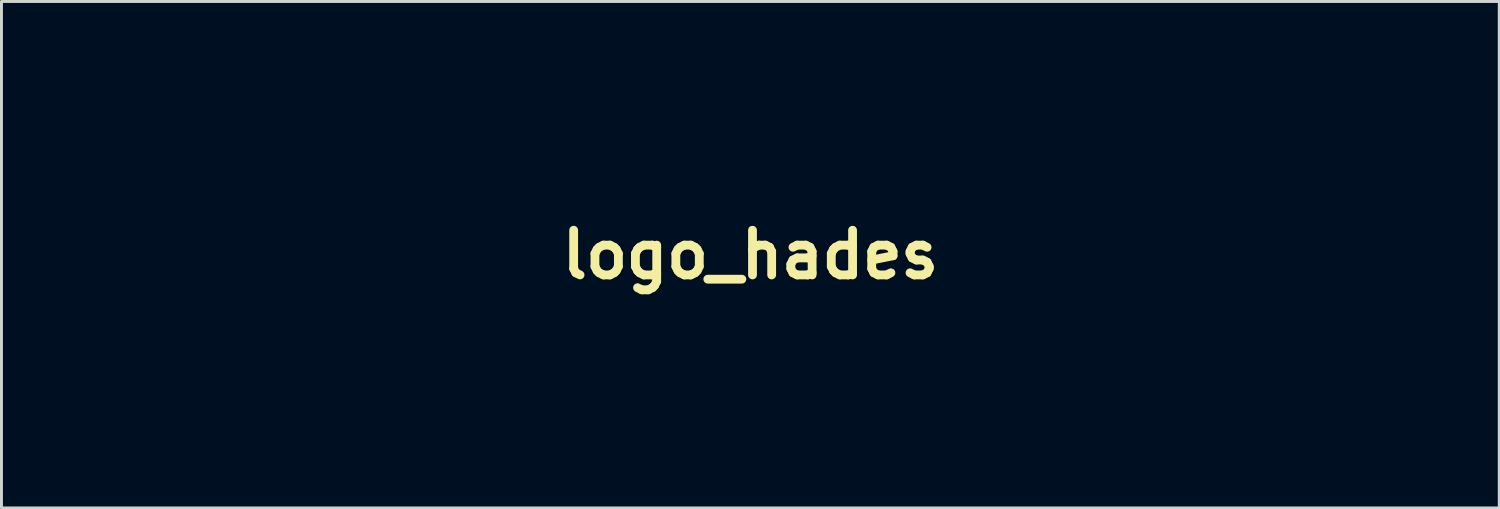
<source format=kicad_pcb>
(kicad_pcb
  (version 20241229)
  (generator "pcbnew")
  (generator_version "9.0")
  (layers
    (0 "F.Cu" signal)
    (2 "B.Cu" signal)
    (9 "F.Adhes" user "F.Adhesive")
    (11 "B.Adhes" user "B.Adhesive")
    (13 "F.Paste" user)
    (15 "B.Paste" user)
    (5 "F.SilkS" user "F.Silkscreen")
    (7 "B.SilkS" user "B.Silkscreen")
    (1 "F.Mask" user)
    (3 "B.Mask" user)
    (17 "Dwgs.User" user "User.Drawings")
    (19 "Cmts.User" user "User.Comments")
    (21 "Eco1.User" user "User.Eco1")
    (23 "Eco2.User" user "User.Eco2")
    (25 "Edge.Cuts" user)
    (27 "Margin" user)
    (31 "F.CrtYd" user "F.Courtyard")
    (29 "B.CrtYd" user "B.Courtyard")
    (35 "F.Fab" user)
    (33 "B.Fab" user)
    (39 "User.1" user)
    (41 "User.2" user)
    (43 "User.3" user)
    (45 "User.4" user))
  (footprint "logo_hades"
    (layer "F.Cu")
    (at 22.528 5.632)
    (property "Reference" "logo_hades" (at 0 0 0) (layer "F.SilkS") (effects (font (size 1.524 1.524) (thickness 0.3))))
    (attr board_only exclude_from_pos_files exclude_from_bom)
    (fp_poly (pts (xy -10.081 2.337) (xy -10.109 2.365) (xy -10.137 2.337) (xy -10.109 2.309)) (stroke (width 0) (type solid)) (fill yes) (layer "F.Mask"))
    (fp_poly (pts (xy -10.081 4.59) (xy -10.109 4.618) (xy -10.137 4.59) (xy -10.109 4.562)) (stroke (width 0) (type solid)) (fill yes) (layer "F.Mask"))
    (fp_poly (pts (xy -9.011 2.337) (xy -9.039 2.365) (xy -9.067 2.337) (xy -9.039 2.309)) (stroke (width 0) (type solid)) (fill yes) (layer "F.Mask"))
    (fp_poly (pts (xy -9.011 4.59) (xy -9.039 4.618) (xy -9.067 4.59) (xy -9.039 4.562)) (stroke (width 0) (type solid)) (fill yes) (layer "F.Mask"))
    (fp_poly (pts (xy -10.663 3.229) (xy -10.671 3.262) (xy -10.701 3.267) (xy -10.747 3.246) (xy -10.738 3.229) (xy -10.671 3.222)) (stroke (width 0) (type solid)) (fill yes) (layer "F.Mask"))
    (fp_poly (pts (xy -8.41 3.229) (xy -8.418 3.262) (xy -8.448 3.267) (xy -8.494 3.246) (xy -8.485 3.229) (xy -8.419 3.222)) (stroke (width 0) (type solid)) (fill yes) (layer "F.Mask"))
    (fp_poly (pts (xy -14.376 0.472) (xy -14.371 0.543) (xy -14.437 0.64) (xy -14.494 0.666) (xy -14.572 0.654) (xy -14.577 0.583) (xy -14.511 0.486) (xy -14.454 0.46)) (stroke (width 0) (type solid)) (fill yes) (layer "F.Mask"))
    (fp_poly (pts (xy -5.094 4.316) (xy -5.08 4.393) (xy -5.132 4.468) (xy -5.196 4.495) (xy -5.276 4.474) (xy -5.294 4.397) (xy -5.257 4.301) (xy -5.177 4.28)) (stroke (width 0) (type solid)) (fill yes) (layer "F.Mask"))
    (fp_poly (pts (xy -3.338 4.327) (xy -3.323 4.393) (xy -3.363 4.484) (xy -3.448 4.503) (xy -3.52 4.449) (xy -3.527 4.355) (xy -3.454 4.289) (xy -3.404 4.28)) (stroke (width 0) (type solid)) (fill yes) (layer "F.Mask"))
    (fp_poly (pts (xy -2.18 -0.781) (xy -2.176 -0.708) (xy -2.235 -0.642) (xy -2.272 -0.629) (xy -2.35 -0.641) (xy -2.356 -0.713) (xy -2.301 -0.8) (xy -2.252 -0.817)) (stroke (width 0) (type solid)) (fill yes) (layer "F.Mask"))
    (fp_poly (pts (xy -1.761 -4.259) (xy -1.756 -4.187) (xy -1.821 -4.09) (xy -1.878 -4.065) (xy -1.956 -4.077) (xy -1.962 -4.148) (xy -1.896 -4.245) (xy -1.839 -4.271)) (stroke (width 0) (type solid)) (fill yes) (layer "F.Mask"))
    (fp_poly (pts (xy 11.151 2.025) (xy 12.095 2.04) (xy 13.038 2.056) (xy 13.055 2.295) (xy 13.073 2.534) (xy 10.644 2.534) (xy 10.644 0.169) (xy 11.151 0.169)) (stroke (width 0) (type solid)) (fill yes) (layer "F.Mask"))
    (fp_poly (pts (xy 22.528 5.632) (xy -22.528 5.632) (xy -22.528 5.407) (xy -22.359 5.407) (xy 22.302 5.407) (xy 22.302 -5.463) (xy -22.359 -5.463) (xy -22.359 5.407) (xy -22.528 5.407) (xy -22.528 -5.632) (xy 22.528 -5.632)) (stroke (width 0) (type solid)) (fill yes) (layer "F.Mask"))
    (fp_poly (pts (xy -10.611 -4.442) (xy -10.593 -4.402) (xy -10.612 -4.303) (xy -10.653 -4.16) (xy -10.709 -4.019) (xy -10.764 -3.946) (xy -10.803 -3.955) (xy -10.813 -4.02) (xy -10.796 -4.194) (xy -10.752 -4.345) (xy -10.695 -4.437) (xy -10.665 -4.449)) (stroke (width 0) (type solid)) (fill yes) (layer "F.Mask"))
    (fp_poly (pts (xy 6.871 -2.085) (xy 6.858 -1.949) (xy 6.805 -1.863) (xy 6.696 -1.816) (xy 6.51 -1.802) (xy 6.255 -1.811) (xy 5.913 -1.83) (xy 5.913 -0.887) (xy 5.914 0.056) (xy 5.407 0.056) (xy 5.407 -1.798) (xy 4.942 -1.814) (xy 4.477 -1.83) (xy 4.443 -2.309) (xy 6.871 -2.309)) (stroke (width 0) (type solid)) (fill yes) (layer "F.Mask"))
    (fp_poly (pts (xy -4.275 4.292) (xy -4.035 4.304) (xy -3.889 4.324) (xy -3.818 4.355) (xy -3.802 4.393) (xy -3.824 4.436) (xy -3.904 4.464) (xy -4.059 4.483) (xy -4.29 4.494) (xy -4.567 4.495) (xy -4.746 4.478) (xy -4.817 4.446) (xy -4.831 4.368) (xy -4.755 4.317) (xy -4.582 4.292) (xy -4.306 4.291)) (stroke (width 0) (type solid)) (fill yes) (layer "F.Mask"))
    (fp_poly (pts (xy -4.003 2.537) (xy -3.979 2.634) (xy -4.005 2.806) (xy -4.081 3.061) (xy -4.209 3.405) (xy -4.232 3.463) (xy -4.372 3.785) (xy -4.488 3.999) (xy -4.584 4.106) (xy -4.66 4.108) (xy -4.709 4.031) (xy -4.702 3.949) (xy -4.658 3.784) (xy -4.585 3.559) (xy -4.489 3.296) (xy -4.461 3.225) (xy -4.339 2.922) (xy -4.246 2.713) (xy -4.174 2.583) (xy -4.115 2.519) (xy -4.075 2.506)) (stroke (width 0) (type solid)) (fill yes) (layer "F.Mask"))
    (fp_poly (pts (xy 17.079 1.923) (xy 17.288 1.539) (xy 17.414 1.307) (xy 17.566 1.026) (xy 17.717 0.746) (xy 17.763 0.662) (xy 18.028 0.169) (xy 18.529 0.169) (xy 18.529 2.534) (xy 18.026 2.534) (xy 17.994 1.211) (xy 17.657 1.873) (xy 17.32 2.534) (xy 16.84 2.534) (xy 16.505 1.873) (xy 16.169 1.211) (xy 16.167 2.351) (xy 16.164 3.492) (xy 15.657 3.492) (xy 15.657 0.169) (xy 16.15 0.169)) (stroke (width 0) (type solid)) (fill yes) (layer "F.Mask"))
    (fp_poly (pts (xy -14.435 0.814) (xy -14.418 0.865) (xy -14.428 0.961) (xy -14.453 1.124) (xy -14.475 1.242) (xy -14.503 1.438) (xy -14.494 1.547) (xy -14.467 1.581) (xy -14.432 1.654) (xy -14.442 1.683) (xy -14.52 1.736) (xy -14.62 1.74) (xy -14.691 1.699) (xy -14.699 1.669) (xy -14.689 1.573) (xy -14.664 1.41) (xy -14.642 1.293) (xy -14.614 1.103) (xy -14.621 0.995) (xy -14.657 0.947) (xy -14.695 0.896) (xy -14.643 0.846) (xy -14.518 0.793)) (stroke (width 0) (type solid)) (fill yes) (layer "F.Mask"))
    (fp_poly (pts (xy -1.82 -3.917) (xy -1.802 -3.866) (xy -1.812 -3.769) (xy -1.838 -3.606) (xy -1.859 -3.489) (xy -1.887 -3.293) (xy -1.878 -3.184) (xy -1.852 -3.15) (xy -1.816 -3.077) (xy -1.826 -3.048) (xy -1.904 -2.995) (xy -2.005 -2.99) (xy -2.076 -3.032) (xy -2.084 -3.062) (xy -2.074 -3.158) (xy -2.048 -3.321) (xy -2.027 -3.438) (xy -1.999 -3.628) (xy -2.005 -3.735) (xy -2.041 -3.784) (xy -2.079 -3.835) (xy -2.027 -3.885) (xy -1.903 -3.937)) (stroke (width 0) (type solid)) (fill yes) (layer "F.Mask"))
    (fp_poly (pts (xy -14.901 0.237) (xy -14.878 0.282) (xy -14.875 0.38) (xy -14.894 0.546) (xy -14.935 0.799) (xy -14.957 0.928) (xy -14.994 1.168) (xy -15.018 1.378) (xy -15.025 1.524) (xy -15.022 1.559) (xy -15.034 1.674) (xy -15.078 1.715) (xy -15.2 1.743) (xy -15.244 1.697) (xy -15.236 1.619) (xy -15.179 1.338) (xy -15.133 1.058) (xy -15.099 0.804) (xy -15.081 0.599) (xy -15.082 0.465) (xy -15.093 0.429) (xy -15.11 0.349) (xy -15.055 0.268) (xy -14.957 0.226) (xy -14.946 0.225)) (stroke (width 0) (type solid)) (fill yes) (layer "F.Mask"))
    (fp_poly (pts (xy 17.333 -1.732) (xy 17.318 0.028) (xy 17.084 0.045) (xy 16.851 0.062) (xy 16.155 -0.742) (xy 15.46 -1.546) (xy 15.429 1.014) (xy 15.215 1.014) (xy 15.066 1.005) (xy 14.971 0.982) (xy 14.962 0.976) (xy 14.953 0.912) (xy 14.944 0.75) (xy 14.936 0.505) (xy 14.93 0.19) (xy 14.926 -0.18) (xy 14.925 -0.59) (xy 14.925 -0.685) (xy 14.925 -2.309) (xy 15.192 -2.305) (xy 15.46 -2.302) (xy 16.135 -1.506) (xy 16.811 -0.709) (xy 16.826 -2.101) (xy 16.841 -3.492) (xy 17.348 -3.492)) (stroke (width 0) (type solid)) (fill yes) (layer "F.Mask"))
    (fp_poly (pts (xy -17.667 1.152) (xy -17.66 1.159) (xy -17.579 1.305) (xy -17.607 1.469) (xy -17.71 1.608) (xy -17.88 1.72) (xy -18.053 1.735) (xy -18.203 1.651) (xy -18.211 1.643) (xy -18.269 1.539) (xy -18.116 1.539) (xy -18.051 1.623) (xy -17.938 1.621) (xy -17.829 1.545) (xy -17.757 1.424) (xy -17.746 1.295) (xy -17.797 1.211) (xy -17.914 1.196) (xy -18.033 1.257) (xy -18.109 1.372) (xy -18.112 1.38) (xy -18.116 1.539) (xy -18.269 1.539) (xy -18.294 1.494) (xy -18.27 1.344) (xy -18.166 1.208) (xy -17.996 1.098) (xy -17.82 1.078)) (stroke (width 0) (type solid)) (fill yes) (layer "F.Mask"))
    (fp_poly (pts (xy -19.492 -3.865) (xy -19.486 -3.823) (xy -19.51 -3.736) (xy -19.598 -3.733) (xy -19.603 -3.734) (xy -19.716 -3.711) (xy -19.823 -3.595) (xy -19.911 -3.406) (xy -19.959 -3.206) (xy -20.005 -3.044) (xy -20.077 -2.985) (xy -20.086 -2.985) (xy -20.144 -3.008) (xy -20.152 -3.094) (xy -20.14 -3.168) (xy -20.087 -3.446) (xy -20.062 -3.629) (xy -20.063 -3.733) (xy -20.089 -3.772) (xy -20.099 -3.773) (xy -20.159 -3.802) (xy -20.14 -3.862) (xy -20.065 -3.911) (xy -19.951 -3.903) (xy -19.904 -3.86) (xy -19.843 -3.801) (xy -19.784 -3.839) (xy -19.769 -3.857) (xy -19.662 -3.933) (xy -19.557 -3.934)) (stroke (width 0) (type solid)) (fill yes) (layer "F.Mask"))
    (fp_poly (pts (xy -16.001 3.231) (xy -15.995 3.273) (xy -16.018 3.36) (xy -16.106 3.363) (xy -16.111 3.362) (xy -16.224 3.386) (xy -16.331 3.502) (xy -16.419 3.69) (xy -16.468 3.89) (xy -16.513 4.052) (xy -16.585 4.111) (xy -16.594 4.111) (xy -16.653 4.089) (xy -16.66 4.002) (xy -16.648 3.928) (xy -16.596 3.65) (xy -16.57 3.467) (xy -16.571 3.363) (xy -16.597 3.324) (xy -16.607 3.323) (xy -16.667 3.294) (xy -16.648 3.234) (xy -16.573 3.185) (xy -16.459 3.193) (xy -16.412 3.236) (xy -16.351 3.295) (xy -16.292 3.257) (xy -16.277 3.239) (xy -16.17 3.163) (xy -16.065 3.162)) (stroke (width 0) (type solid)) (fill yes) (layer "F.Mask"))
    (fp_poly (pts (xy -7.215 -3.865) (xy -7.209 -3.823) (xy -7.232 -3.736) (xy -7.321 -3.733) (xy -7.325 -3.734) (xy -7.438 -3.711) (xy -7.546 -3.595) (xy -7.633 -3.406) (xy -7.682 -3.206) (xy -7.728 -3.044) (xy -7.799 -2.985) (xy -7.808 -2.985) (xy -7.867 -3.008) (xy -7.875 -3.094) (xy -7.862 -3.168) (xy -7.81 -3.446) (xy -7.785 -3.629) (xy -7.785 -3.733) (xy -7.811 -3.772) (xy -7.821 -3.773) (xy -7.881 -3.802) (xy -7.862 -3.862) (xy -7.788 -3.911) (xy -7.673 -3.903) (xy -7.626 -3.86) (xy -7.565 -3.801) (xy -7.506 -3.839) (xy -7.491 -3.857) (xy -7.384 -3.933) (xy -7.279 -3.934)) (stroke (width 0) (type solid)) (fill yes) (layer "F.Mask"))
    (fp_poly (pts (xy -6.145 -1.5) (xy -6.139 -1.458) (xy -6.162 -1.37) (xy -6.25 -1.368) (xy -6.255 -1.369) (xy -6.368 -1.345) (xy -6.475 -1.229) (xy -6.563 -1.041) (xy -6.612 -0.841) (xy -6.658 -0.679) (xy -6.729 -0.62) (xy -6.738 -0.62) (xy -6.797 -0.642) (xy -6.804 -0.729) (xy -6.792 -0.803) (xy -6.74 -1.08) (xy -6.715 -1.264) (xy -6.715 -1.368) (xy -6.741 -1.407) (xy -6.751 -1.408) (xy -6.811 -1.437) (xy -6.792 -1.497) (xy -6.718 -1.546) (xy -6.603 -1.537) (xy -6.556 -1.495) (xy -6.495 -1.436) (xy -6.436 -1.474) (xy -6.421 -1.492) (xy -6.314 -1.568) (xy -6.209 -1.569)) (stroke (width 0) (type solid)) (fill yes) (layer "F.Mask"))
    (fp_poly (pts (xy 0.163 0.866) (xy 0.169 0.908) (xy 0.146 0.995) (xy 0.057 0.998) (xy 0.053 0.997) (xy -0.06 1.02) (xy -0.168 1.136) (xy -0.255 1.325) (xy -0.304 1.525) (xy -0.35 1.687) (xy -0.421 1.745) (xy -0.43 1.746) (xy -0.489 1.723) (xy -0.497 1.637) (xy -0.484 1.563) (xy -0.432 1.285) (xy -0.407 1.102) (xy -0.408 0.998) (xy -0.434 0.959) (xy -0.443 0.957) (xy -0.503 0.929) (xy -0.484 0.869) (xy -0.41 0.82) (xy -0.295 0.828) (xy -0.248 0.871) (xy -0.188 0.929) (xy -0.129 0.892) (xy -0.113 0.874) (xy -0.006 0.798) (xy 0.099 0.796)) (stroke (width 0) (type solid)) (fill yes) (layer "F.Mask"))
    (fp_poly (pts (xy -13.524 0.825) (xy -13.423 0.92) (xy -13.404 0.997) (xy -13.438 1.063) (xy -13.517 1.053) (xy -13.599 0.979) (xy -13.698 0.91) (xy -13.807 0.933) (xy -13.909 1.031) (xy -13.987 1.184) (xy -14.023 1.377) (xy -14.024 1.41) (xy -13.999 1.54) (xy -13.91 1.603) (xy -13.888 1.609) (xy -13.735 1.612) (xy -13.638 1.582) (xy -13.515 1.528) (xy -13.476 1.537) (xy -13.528 1.603) (xy -13.565 1.635) (xy -13.726 1.719) (xy -13.908 1.744) (xy -14.057 1.703) (xy -14.13 1.624) (xy -14.187 1.532) (xy -14.224 1.354) (xy -14.175 1.161) (xy -14.062 0.984) (xy -13.902 0.85) (xy -13.716 0.79) (xy -13.689 0.788)) (stroke (width 0) (type solid)) (fill yes) (layer "F.Mask"))
    (fp_poly (pts (xy -3.105 -3.906) (xy -3.004 -3.81) (xy -2.985 -3.734) (xy -3.019 -3.668) (xy -3.098 -3.678) (xy -3.18 -3.752) (xy -3.279 -3.821) (xy -3.388 -3.798) (xy -3.49 -3.7) (xy -3.568 -3.547) (xy -3.604 -3.354) (xy -3.604 -3.321) (xy -3.58 -3.191) (xy -3.491 -3.128) (xy -3.469 -3.122) (xy -3.315 -3.119) (xy -3.219 -3.149) (xy -3.096 -3.203) (xy -3.057 -3.194) (xy -3.109 -3.128) (xy -3.146 -3.096) (xy -3.307 -3.012) (xy -3.489 -2.987) (xy -3.638 -3.028) (xy -3.711 -3.107) (xy -3.768 -3.199) (xy -3.805 -3.377) (xy -3.756 -3.57) (xy -3.643 -3.747) (xy -3.483 -3.881) (xy -3.297 -3.941) (xy -3.27 -3.942)) (stroke (width 0) (type solid)) (fill yes) (layer "F.Mask"))
    (fp_poly (pts (xy -19.597 3.17) (xy -19.446 3.256) (xy -19.346 3.409) (xy -19.318 3.582) (xy -19.368 3.791) (xy -19.499 3.96) (xy -19.684 4.072) (xy -19.894 4.111) (xy -20.101 4.061) (xy -20.123 4.049) (xy -20.252 3.915) (xy -20.295 3.727) (xy -20.29 3.703) (xy -20.106 3.703) (xy -20.068 3.883) (xy -19.968 3.98) (xy -19.827 3.987) (xy -19.664 3.897) (xy -19.625 3.86) (xy -19.529 3.725) (xy -19.487 3.588) (xy -19.486 3.583) (xy -19.527 3.429) (xy -19.628 3.31) (xy -19.746 3.267) (xy -19.868 3.314) (xy -19.989 3.432) (xy -20.078 3.582) (xy -20.106 3.703) (xy -20.29 3.703) (xy -20.252 3.525) (xy -20.127 3.328) (xy -19.961 3.205) (xy -19.777 3.152)) (stroke (width 0) (type solid)) (fill yes) (layer "F.Mask"))
    (fp_poly (pts (xy -17.626 -3.926) (xy -17.475 -3.84) (xy -17.375 -3.687) (xy -17.346 -3.514) (xy -17.396 -3.305) (xy -17.528 -3.136) (xy -17.713 -3.024) (xy -17.923 -2.985) (xy -18.13 -3.036) (xy -18.152 -3.048) (xy -18.28 -3.182) (xy -18.324 -3.369) (xy -18.319 -3.393) (xy -18.135 -3.393) (xy -18.097 -3.213) (xy -17.997 -3.116) (xy -17.856 -3.109) (xy -17.693 -3.199) (xy -17.654 -3.236) (xy -17.558 -3.371) (xy -17.515 -3.508) (xy -17.515 -3.513) (xy -17.556 -3.668) (xy -17.657 -3.786) (xy -17.775 -3.83) (xy -17.897 -3.782) (xy -18.018 -3.664) (xy -18.107 -3.514) (xy -18.135 -3.393) (xy -18.319 -3.393) (xy -18.281 -3.572) (xy -18.156 -3.768) (xy -17.989 -3.892) (xy -17.805 -3.944)) (stroke (width 0) (type solid)) (fill yes) (layer "F.Mask"))
    (fp_poly (pts (xy -13.008 -1.561) (xy -12.857 -1.475) (xy -12.757 -1.322) (xy -12.728 -1.149) (xy -12.778 -0.94) (xy -12.91 -0.771) (xy -13.095 -0.659) (xy -13.305 -0.62) (xy -13.512 -0.67) (xy -13.534 -0.682) (xy -13.662 -0.816) (xy -13.706 -1.004) (xy -13.701 -1.028) (xy -13.517 -1.028) (xy -13.479 -0.847) (xy -13.379 -0.751) (xy -13.237 -0.744) (xy -13.075 -0.834) (xy -13.035 -0.87) (xy -12.94 -1.005) (xy -12.897 -1.142) (xy -12.897 -1.148) (xy -12.938 -1.302) (xy -13.038 -1.421) (xy -13.157 -1.464) (xy -13.278 -1.417) (xy -13.399 -1.299) (xy -13.489 -1.149) (xy -13.517 -1.028) (xy -13.701 -1.028) (xy -13.663 -1.206) (xy -13.538 -1.403) (xy -13.371 -1.526) (xy -13.187 -1.579)) (stroke (width 0) (type solid)) (fill yes) (layer "F.Mask"))
    (fp_poly (pts (xy -6.475 -3.926) (xy -6.324 -3.84) (xy -6.223 -3.687) (xy -6.195 -3.514) (xy -6.245 -3.305) (xy -6.377 -3.136) (xy -6.562 -3.024) (xy -6.772 -2.985) (xy -6.979 -3.036) (xy -7.001 -3.048) (xy -7.129 -3.182) (xy -7.173 -3.369) (xy -7.168 -3.393) (xy -6.984 -3.393) (xy -6.946 -3.213) (xy -6.846 -3.116) (xy -6.704 -3.109) (xy -6.542 -3.199) (xy -6.502 -3.236) (xy -6.406 -3.371) (xy -6.364 -3.508) (xy -6.364 -3.513) (xy -6.405 -3.668) (xy -6.505 -3.786) (xy -6.624 -3.83) (xy -6.745 -3.782) (xy -6.866 -3.664) (xy -6.956 -3.514) (xy -6.984 -3.393) (xy -7.168 -3.393) (xy -7.13 -3.572) (xy -7.005 -3.768) (xy -6.838 -3.892) (xy -6.654 -3.944)) (stroke (width 0) (type solid)) (fill yes) (layer "F.Mask"))
    (fp_poly (pts (xy -4.334 -1.531) (xy -4.293 -1.41) (xy -4.296 -1.242) (xy -4.34 -1.054) (xy -4.425 -0.873) (xy -4.485 -0.79) (xy -4.626 -0.674) (xy -4.784 -0.619) (xy -4.924 -0.632) (xy -4.995 -0.69) (xy -5.018 -0.779) (xy -5.035 -0.945) (xy -5.041 -1.141) (xy -5.036 -1.35) (xy -5.017 -1.473) (xy -4.978 -1.534) (xy -4.938 -1.555) (xy -4.853 -1.571) (xy -4.81 -1.54) (xy -4.804 -1.443) (xy -4.83 -1.261) (xy -4.843 -1.187) (xy -4.87 -0.998) (xy -4.88 -0.851) (xy -4.871 -0.787) (xy -4.786 -0.734) (xy -4.67 -0.777) (xy -4.56 -0.887) (xy -4.483 -1.011) (xy -4.458 -1.149) (xy -4.469 -1.309) (xy -4.481 -1.478) (xy -4.462 -1.56) (xy -4.422 -1.577)) (stroke (width 0) (type solid)) (fill yes) (layer "F.Mask"))
    (fp_poly (pts (xy -1.969 0.804) (xy -1.818 0.891) (xy -1.718 1.044) (xy -1.69 1.216) (xy -1.74 1.426) (xy -1.871 1.594) (xy -2.056 1.706) (xy -2.266 1.745) (xy -2.474 1.695) (xy -2.495 1.683) (xy -2.624 1.549) (xy -2.667 1.362) (xy -2.662 1.338) (xy -2.478 1.338) (xy -2.44 1.518) (xy -2.34 1.615) (xy -2.199 1.622) (xy -2.037 1.532) (xy -1.997 1.495) (xy -1.901 1.36) (xy -1.859 1.223) (xy -1.859 1.217) (xy -1.899 1.063) (xy -2 0.945) (xy -2.119 0.901) (xy -2.24 0.949) (xy -2.361 1.067) (xy -2.45 1.216) (xy -2.478 1.338) (xy -2.662 1.338) (xy -2.624 1.159) (xy -2.499 0.963) (xy -2.333 0.839) (xy -2.149 0.787)) (stroke (width 0) (type solid)) (fill yes) (layer "F.Mask"))
    (fp_poly (pts (xy -0.956 -3.926) (xy -0.805 -3.84) (xy -0.704 -3.687) (xy -0.676 -3.514) (xy -0.726 -3.305) (xy -0.857 -3.136) (xy -1.042 -3.024) (xy -1.252 -2.985) (xy -1.46 -3.036) (xy -1.482 -3.048) (xy -1.61 -3.182) (xy -1.654 -3.369) (xy -1.649 -3.393) (xy -1.464 -3.393) (xy -1.426 -3.213) (xy -1.327 -3.116) (xy -1.185 -3.109) (xy -1.023 -3.199) (xy -0.983 -3.236) (xy -0.887 -3.371) (xy -0.845 -3.508) (xy -0.845 -3.513) (xy -0.886 -3.668) (xy -0.986 -3.786) (xy -1.105 -3.83) (xy -1.226 -3.782) (xy -1.347 -3.664) (xy -1.437 -3.514) (xy -1.464 -3.393) (xy -1.649 -3.393) (xy -1.611 -3.572) (xy -1.485 -3.768) (xy -1.319 -3.892) (xy -1.135 -3.944)) (stroke (width 0) (type solid)) (fill yes) (layer "F.Mask"))
    (fp_poly (pts (xy -16.12 -1.492) (xy -16.087 -1.453) (xy -16.052 -1.351) (xy -16.094 -1.313) (xy -16.188 -1.354) (xy -16.218 -1.378) (xy -16.33 -1.442) (xy -16.415 -1.445) (xy -16.495 -1.376) (xy -16.478 -1.284) (xy -16.371 -1.185) (xy -16.29 -1.141) (xy -16.13 -1.035) (xy -16.062 -0.92) (xy -16.092 -0.79) (xy -16.203 -0.691) (xy -16.362 -0.633) (xy -16.54 -0.63) (xy -16.685 -0.68) (xy -16.763 -0.761) (xy -16.779 -0.847) (xy -16.728 -0.899) (xy -16.706 -0.901) (xy -16.607 -0.861) (xy -16.558 -0.817) (xy -16.441 -0.738) (xy -16.323 -0.769) (xy -16.284 -0.808) (xy -16.265 -0.87) (xy -16.324 -0.942) (xy -16.432 -1.019) (xy -16.598 -1.163) (xy -16.656 -1.306) (xy -16.605 -1.444) (xy -16.565 -1.486) (xy -16.421 -1.557) (xy -16.256 -1.558)) (stroke (width 0) (type solid)) (fill yes) (layer "F.Mask"))
    (fp_poly (pts (xy -11.276 -1.492) (xy -11.243 -1.453) (xy -11.209 -1.351) (xy -11.251 -1.313) (xy -11.345 -1.354) (xy -11.374 -1.378) (xy -11.487 -1.442) (xy -11.572 -1.445) (xy -11.652 -1.376) (xy -11.635 -1.284) (xy -11.528 -1.185) (xy -11.447 -1.141) (xy -11.287 -1.035) (xy -11.218 -0.92) (xy -11.249 -0.79) (xy -11.359 -0.691) (xy -11.519 -0.633) (xy -11.696 -0.63) (xy -11.841 -0.68) (xy -11.92 -0.761) (xy -11.935 -0.847) (xy -11.885 -0.899) (xy -11.862 -0.901) (xy -11.763 -0.861) (xy -11.714 -0.817) (xy -11.598 -0.738) (xy -11.48 -0.769) (xy -11.44 -0.808) (xy -11.422 -0.87) (xy -11.48 -0.942) (xy -11.588 -1.019) (xy -11.755 -1.163) (xy -11.813 -1.306) (xy -11.762 -1.444) (xy -11.722 -1.486) (xy -11.577 -1.557) (xy -11.413 -1.558)) (stroke (width 0) (type solid)) (fill yes) (layer "F.Mask"))
    (fp_poly (pts (xy -10.037 -3.858) (xy -10.004 -3.818) (xy -9.97 -3.716) (xy -10.012 -3.679) (xy -10.106 -3.719) (xy -10.135 -3.743) (xy -10.248 -3.807) (xy -10.332 -3.81) (xy -10.413 -3.742) (xy -10.396 -3.649) (xy -10.289 -3.55) (xy -10.208 -3.506) (xy -10.048 -3.401) (xy -9.979 -3.286) (xy -10.01 -3.156) (xy -10.12 -3.056) (xy -10.28 -2.999) (xy -10.457 -2.996) (xy -10.602 -3.046) (xy -10.68 -3.126) (xy -10.696 -3.213) (xy -10.646 -3.264) (xy -10.623 -3.267) (xy -10.524 -3.227) (xy -10.475 -3.182) (xy -10.359 -3.104) (xy -10.241 -3.134) (xy -10.201 -3.173) (xy -10.183 -3.235) (xy -10.241 -3.308) (xy -10.349 -3.384) (xy -10.516 -3.528) (xy -10.574 -3.672) (xy -10.522 -3.809) (xy -10.483 -3.851) (xy -10.338 -3.922) (xy -10.174 -3.923)) (stroke (width 0) (type solid)) (fill yes) (layer "F.Mask"))
    (fp_poly (pts (xy -12.214 -1.839) (xy -12.204 -1.741) (xy -12.208 -1.718) (xy -12.208 -1.609) (xy -12.144 -1.577) (xy -12.143 -1.577) (xy -12.064 -1.548) (xy -12.052 -1.521) (xy -12.099 -1.474) (xy -12.157 -1.464) (xy -12.228 -1.439) (xy -12.272 -1.345) (xy -12.298 -1.203) (xy -12.325 -0.99) (xy -12.33 -0.867) (xy -12.306 -0.814) (xy -12.248 -0.809) (xy -12.193 -0.822) (xy -12.079 -0.838) (xy -12.063 -0.81) (xy -12.143 -0.747) (xy -12.218 -0.705) (xy -12.405 -0.629) (xy -12.515 -0.629) (xy -12.547 -0.707) (xy -12.54 -0.746) (xy -12.515 -0.875) (xy -12.485 -1.062) (xy -12.471 -1.169) (xy -12.454 -1.347) (xy -12.465 -1.439) (xy -12.508 -1.466) (xy -12.51 -1.466) (xy -12.537 -1.492) (xy -12.469 -1.564) (xy -12.366 -1.674) (xy -12.316 -1.76) (xy -12.26 -1.85)) (stroke (width 0) (type solid)) (fill yes) (layer "F.Mask"))
    (fp_poly (pts (xy -2.47 -4.205) (xy -2.461 -4.106) (xy -2.464 -4.083) (xy -2.465 -3.974) (xy -2.4 -3.942) (xy -2.4 -3.942) (xy -2.321 -3.914) (xy -2.309 -3.886) (xy -2.356 -3.839) (xy -2.414 -3.83) (xy -2.484 -3.804) (xy -2.529 -3.71) (xy -2.555 -3.568) (xy -2.582 -3.355) (xy -2.587 -3.233) (xy -2.563 -3.179) (xy -2.505 -3.175) (xy -2.45 -3.187) (xy -2.336 -3.203) (xy -2.32 -3.176) (xy -2.4 -3.113) (xy -2.475 -3.071) (xy -2.662 -2.994) (xy -2.772 -2.995) (xy -2.804 -3.072) (xy -2.797 -3.112) (xy -2.772 -3.241) (xy -2.742 -3.428) (xy -2.727 -3.534) (xy -2.711 -3.713) (xy -2.722 -3.804) (xy -2.765 -3.831) (xy -2.766 -3.831) (xy -2.794 -3.857) (xy -2.726 -3.93) (xy -2.622 -4.039) (xy -2.572 -4.125) (xy -2.517 -4.215)) (stroke (width 0) (type solid)) (fill yes) (layer "F.Mask"))
    (fp_poly (pts (xy 12.052 -2.166) (xy 12.052 -1.739) (xy 12.049 -1.409) (xy 12.042 -1.16) (xy 12.031 -0.977) (xy 12.015 -0.844) (xy 11.992 -0.745) (xy 11.961 -0.665) (xy 11.945 -0.631) (xy 11.73 -0.325) (xy 11.456 -0.106) (xy 11.137 0.02) (xy 10.79 0.046) (xy 10.455 -0.026) (xy 10.165 -0.186) (xy 9.923 -0.431) (xy 9.794 -0.648) (xy 9.747 -0.771) (xy 9.716 -0.919) (xy 9.698 -1.116) (xy 9.69 -1.387) (xy 9.688 -1.591) (xy 9.687 -2.309) (xy 10.194 -2.309) (xy 10.194 -1.63) (xy 10.199 -1.292) (xy 10.215 -1.047) (xy 10.245 -0.878) (xy 10.279 -0.787) (xy 10.432 -0.603) (xy 10.644 -0.492) (xy 10.885 -0.455) (xy 11.127 -0.498) (xy 11.339 -0.621) (xy 11.389 -0.671) (xy 11.545 -0.847) (xy 11.545 -3.492) (xy 12.052 -3.492)) (stroke (width 0) (type solid)) (fill yes) (layer "F.Mask"))
    (fp_poly (pts (xy -4.583 2.545) (xy -4.58 2.549) (xy -4.55 2.601) (xy -4.55 2.685) (xy -4.583 2.823) (xy -4.653 3.036) (xy -4.695 3.156) (xy -4.818 3.497) (xy -4.912 3.745) (xy -4.984 3.916) (xy -5.042 4.024) (xy -5.093 4.082) (xy -5.146 4.107) (xy -5.2 4.111) (xy -5.329 4.084) (xy -5.393 4.041) (xy -5.433 3.963) (xy -5.501 3.802) (xy -5.588 3.581) (xy -5.684 3.322) (xy -5.69 3.306) (xy -5.79 3.027) (xy -5.853 2.835) (xy -5.883 2.709) (xy -5.886 2.629) (xy -5.864 2.576) (xy -5.841 2.55) (xy -5.766 2.499) (xy -5.696 2.513) (xy -5.624 2.602) (xy -5.543 2.776) (xy -5.445 3.046) (xy -5.405 3.166) (xy -5.216 3.743) (xy -5.018 3.14) (xy -4.911 2.837) (xy -4.821 2.634) (xy -4.741 2.524) (xy -4.664 2.498)) (stroke (width 0) (type solid)) (fill yes) (layer "F.Mask"))
    (fp_poly (pts (xy 14.388 0.12) (xy 14.409 0.169) (xy 14.449 0.26) (xy 14.53 0.435) (xy 14.645 0.678) (xy 14.784 0.971) (xy 14.941 1.297) (xy 15.001 1.422) (xy 15.539 2.534) (xy 15.246 2.534) (xy 14.953 2.534) (xy 14.675 1.929) (xy 14.564 1.689) (xy 14.468 1.486) (xy 14.398 1.344) (xy 14.365 1.283) (xy 14.33 1.316) (xy 14.259 1.433) (xy 14.161 1.617) (xy 14.046 1.85) (xy 14.027 1.889) (xy 13.723 2.534) (xy 13.451 2.534) (xy 13.293 2.528) (xy 13.195 2.511) (xy 13.179 2.498) (xy 13.202 2.441) (xy 13.265 2.3) (xy 13.361 2.093) (xy 13.481 1.836) (xy 13.616 1.547) (xy 13.759 1.244) (xy 13.902 0.945) (xy 14.035 0.666) (xy 14.151 0.425) (xy 14.241 0.24) (xy 14.298 0.127) (xy 14.305 0.114) (xy 14.347 0.07)) (stroke (width 0) (type solid)) (fill yes) (layer "F.Mask"))
    (fp_poly (pts (xy -2.828 -2.115) (xy -2.825 -2.052) (xy -2.838 -1.901) (xy -2.865 -1.688) (xy -2.893 -1.498) (xy -2.94 -1.193) (xy -2.968 -0.982) (xy -2.978 -0.848) (xy -2.968 -0.773) (xy -2.938 -0.74) (xy -2.889 -0.732) (xy -2.872 -0.732) (xy -2.781 -0.709) (xy -2.76 -0.676) (xy -2.811 -0.646) (xy -2.948 -0.626) (xy -3.126 -0.62) (xy -3.312 -0.627) (xy -3.444 -0.646) (xy -3.492 -0.672) (xy -3.444 -0.72) (xy -3.365 -0.742) (xy -3.281 -0.787) (xy -3.212 -0.903) (xy -3.153 -1.102) (xy -3.099 -1.397) (xy -3.076 -1.563) (xy -3.056 -1.734) (xy -3.063 -1.822) (xy -3.104 -1.854) (xy -3.18 -1.859) (xy -3.287 -1.878) (xy -3.323 -1.915) (xy -3.278 -1.967) (xy -3.252 -1.972) (xy -3.156 -1.996) (xy -3.022 -2.056) (xy -3.019 -2.057) (xy -2.9 -2.108) (xy -2.831 -2.117)) (stroke (width 0) (type solid)) (fill yes) (layer "F.Mask"))
    (fp_poly (pts (xy -19.125 -3.914) (xy -19.119 -3.805) (xy -19.144 -3.602) (xy -19.153 -3.55) (xy -19.18 -3.313) (xy -19.166 -3.17) (xy -19.106 -3.11) (xy -18.996 -3.121) (xy -18.993 -3.121) (xy -18.895 -3.202) (xy -18.796 -3.367) (xy -18.711 -3.587) (xy -18.668 -3.759) (xy -18.618 -3.895) (xy -18.547 -3.942) (xy -18.488 -3.912) (xy -18.494 -3.808) (xy -18.496 -3.802) (xy -18.55 -3.543) (xy -18.573 -3.336) (xy -18.564 -3.2) (xy -18.525 -3.154) (xy -18.489 -3.132) (xy -18.544 -3.06) (xy -18.549 -3.055) (xy -18.628 -2.989) (xy -18.681 -3.005) (xy -18.722 -3.056) (xy -18.787 -3.122) (xy -18.844 -3.095) (xy -18.866 -3.07) (xy -18.981 -3.001) (xy -19.129 -2.989) (xy -19.259 -3.031) (xy -19.308 -3.083) (xy -19.341 -3.211) (xy -19.349 -3.393) (xy -19.336 -3.593) (xy -19.306 -3.771) (xy -19.261 -3.89) (xy -19.24 -3.912) (xy -19.164 -3.945)) (stroke (width 0) (type solid)) (fill yes) (layer "F.Mask"))
    (fp_poly (pts (xy -4.594 -3.914) (xy -4.589 -3.805) (xy -4.614 -3.602) (xy -4.622 -3.55) (xy -4.649 -3.313) (xy -4.635 -3.17) (xy -4.575 -3.11) (xy -4.465 -3.121) (xy -4.463 -3.121) (xy -4.364 -3.202) (xy -4.265 -3.367) (xy -4.181 -3.587) (xy -4.138 -3.759) (xy -4.087 -3.895) (xy -4.016 -3.942) (xy -3.958 -3.912) (xy -3.964 -3.808) (xy -3.965 -3.802) (xy -4.02 -3.543) (xy -4.043 -3.336) (xy -4.034 -3.2) (xy -3.994 -3.154) (xy -3.959 -3.132) (xy -4.014 -3.06) (xy -4.018 -3.055) (xy -4.098 -2.989) (xy -4.151 -3.005) (xy -4.192 -3.056) (xy -4.257 -3.122) (xy -4.314 -3.095) (xy -4.336 -3.07) (xy -4.451 -3.001) (xy -4.598 -2.989) (xy -4.729 -3.031) (xy -4.778 -3.083) (xy -4.81 -3.211) (xy -4.819 -3.393) (xy -4.806 -3.593) (xy -4.776 -3.771) (xy -4.731 -3.89) (xy -4.709 -3.912) (xy -4.633 -3.945)) (stroke (width 0) (type solid)) (fill yes) (layer "F.Mask"))
    (fp_poly (pts (xy -9.327 0.313) (xy -9.164 0.394) (xy -9.076 0.511) (xy -9.067 0.563) (xy -9.095 0.678) (xy -9.158 0.699) (xy -9.225 0.618) (xy -9.233 0.6) (xy -9.334 0.466) (xy -9.49 0.407) (xy -9.673 0.418) (xy -9.857 0.494) (xy -10.015 0.632) (xy -10.084 0.738) (xy -10.174 0.993) (xy -10.184 1.226) (xy -10.123 1.421) (xy -9.998 1.558) (xy -9.818 1.619) (xy -9.699 1.613) (xy -9.51 1.557) (xy -9.34 1.466) (xy -9.337 1.464) (xy -9.231 1.395) (xy -9.187 1.396) (xy -9.18 1.435) (xy -9.231 1.535) (xy -9.361 1.63) (xy -9.54 1.706) (xy -9.736 1.744) (xy -9.785 1.746) (xy -9.988 1.72) (xy -10.157 1.624) (xy -10.204 1.584) (xy -10.316 1.468) (xy -10.369 1.35) (xy -10.384 1.18) (xy -10.384 1.144) (xy -10.336 0.832) (xy -10.198 0.578) (xy -9.983 0.395) (xy -9.705 0.296) (xy -9.536 0.282)) (stroke (width 0) (type solid)) (fill yes) (layer "F.Mask"))
    (fp_poly (pts (xy -16.344 -3.913) (xy -16.294 -3.872) (xy -16.27 -3.782) (xy -16.254 -3.617) (xy -16.248 -3.421) (xy -16.253 -3.212) (xy -16.272 -3.089) (xy -16.31 -3.028) (xy -16.351 -3.007) (xy -16.447 -2.99) (xy -16.477 -2.998) (xy -16.479 -3.061) (xy -16.464 -3.202) (xy -16.437 -3.373) (xy -16.407 -3.612) (xy -16.422 -3.756) (xy -16.486 -3.817) (xy -16.603 -3.805) (xy -16.609 -3.803) (xy -16.74 -3.707) (xy -16.848 -3.519) (xy -16.922 -3.259) (xy -16.93 -3.216) (xy -16.972 -3.059) (xy -17.031 -2.987) (xy -17.044 -2.985) (xy -17.114 -3.012) (xy -17.121 -3.031) (xy -17.111 -3.107) (xy -17.087 -3.258) (xy -17.06 -3.405) (xy -17.03 -3.61) (xy -17.034 -3.728) (xy -17.063 -3.772) (xy -17.086 -3.829) (xy -17.033 -3.889) (xy -16.95 -3.936) (xy -16.884 -3.889) (xy -16.869 -3.869) (xy -16.805 -3.804) (xy -16.748 -3.834) (xy -16.727 -3.857) (xy -16.62 -3.921) (xy -16.474 -3.94)) (stroke (width 0) (type solid)) (fill yes) (layer "F.Mask"))
    (fp_poly (pts (xy -14.425 -4.439) (xy -14.368 -4.405) (xy -14.41 -4.342) (xy -14.443 -4.315) (xy -14.487 -4.234) (xy -14.536 -4.073) (xy -14.586 -3.863) (xy -14.63 -3.634) (xy -14.662 -3.418) (xy -14.677 -3.246) (xy -14.668 -3.149) (xy -14.666 -3.145) (xy -14.591 -3.117) (xy -14.442 -3.111) (xy -14.253 -3.127) (xy -14.059 -3.163) (xy -13.985 -3.183) (xy -13.896 -3.197) (xy -13.885 -3.139) (xy -13.893 -3.103) (xy -13.915 -3.049) (xy -13.961 -3.015) (xy -14.054 -2.995) (xy -14.214 -2.987) (xy -14.463 -2.985) (xy -14.488 -2.985) (xy -14.742 -2.986) (xy -14.901 -2.993) (xy -14.981 -3.008) (xy -15 -3.034) (xy -14.975 -3.076) (xy -14.974 -3.077) (xy -14.929 -3.174) (xy -14.88 -3.344) (xy -14.832 -3.56) (xy -14.791 -3.793) (xy -14.761 -4.011) (xy -14.747 -4.188) (xy -14.754 -4.293) (xy -14.761 -4.306) (xy -14.809 -4.387) (xy -14.759 -4.433) (xy -14.605 -4.449) (xy -14.587 -4.449)) (stroke (width 0) (type solid)) (fill yes) (layer "F.Mask"))
    (fp_poly (pts (xy -12.847 2.642) (xy -12.851 2.774) (xy -12.866 2.943) (xy -12.883 3.132) (xy -12.88 3.226) (xy -12.856 3.242) (xy -12.833 3.224) (xy -12.693 3.152) (xy -12.538 3.167) (xy -12.398 3.254) (xy -12.303 3.396) (xy -12.278 3.53) (xy -12.325 3.777) (xy -12.461 3.96) (xy -12.673 4.071) (xy -12.941 4.1) (xy -13.214 4.088) (xy -13.155 3.748) (xy -13.01 3.748) (xy -12.971 3.886) (xy -12.879 3.981) (xy -12.814 3.999) (xy -12.725 3.969) (xy -12.633 3.914) (xy -12.525 3.791) (xy -12.473 3.633) (xy -12.475 3.472) (xy -12.53 3.341) (xy -12.634 3.271) (xy -12.675 3.267) (xy -12.778 3.315) (xy -12.885 3.434) (xy -12.971 3.587) (xy -13.009 3.738) (xy -13.01 3.748) (xy -13.155 3.748) (xy -13.111 3.494) (xy -13.071 3.237) (xy -13.044 3.011) (xy -13.033 2.845) (xy -13.037 2.78) (xy -13.018 2.662) (xy -12.914 2.597) (xy -12.857 2.591)) (stroke (width 0) (type solid)) (fill yes) (layer "F.Mask"))
    (fp_poly (pts (xy -11.322 3.197) (xy -11.287 3.312) (xy -11.304 3.481) (xy -11.367 3.685) (xy -11.468 3.905) (xy -11.6 4.121) (xy -11.758 4.315) (xy -11.854 4.405) (xy -11.974 4.477) (xy -12.087 4.503) (xy -12.157 4.476) (xy -12.165 4.449) (xy -12.118 4.402) (xy -12.062 4.393) (xy -11.955 4.354) (xy -11.834 4.26) (xy -11.827 4.252) (xy -11.747 4.157) (xy -11.746 4.117) (xy -11.788 4.111) (xy -11.903 4.058) (xy -11.992 3.907) (xy -12.048 3.669) (xy -12.062 3.52) (xy -12.068 3.331) (xy -12.056 3.226) (xy -12.019 3.18) (xy -11.968 3.166) (xy -11.905 3.167) (xy -11.874 3.209) (xy -11.866 3.319) (xy -11.873 3.476) (xy -11.867 3.707) (xy -11.826 3.879) (xy -11.758 3.975) (xy -11.67 3.977) (xy -11.661 3.972) (xy -11.566 3.861) (xy -11.493 3.682) (xy -11.459 3.483) (xy -11.465 3.348) (xy -11.48 3.214) (xy -11.45 3.16) (xy -11.415 3.154)) (stroke (width 0) (type solid)) (fill yes) (layer "F.Mask"))
    (fp_poly (pts (xy -3.887 0.831) (xy -3.853 0.947) (xy -3.87 1.116) (xy -3.932 1.32) (xy -4.033 1.539) (xy -4.166 1.756) (xy -4.324 1.949) (xy -4.42 2.04) (xy -4.539 2.112) (xy -4.653 2.137) (xy -4.723 2.111) (xy -4.731 2.084) (xy -4.684 2.037) (xy -4.628 2.027) (xy -4.521 1.989) (xy -4.4 1.894) (xy -4.393 1.887) (xy -4.313 1.792) (xy -4.312 1.752) (xy -4.354 1.746) (xy -4.469 1.693) (xy -4.558 1.541) (xy -4.614 1.304) (xy -4.628 1.155) (xy -4.634 0.965) (xy -4.622 0.861) (xy -4.585 0.814) (xy -4.534 0.8) (xy -4.471 0.801) (xy -4.44 0.844) (xy -4.432 0.953) (xy -4.439 1.11) (xy -4.433 1.342) (xy -4.392 1.514) (xy -4.324 1.609) (xy -4.236 1.612) (xy -4.227 1.607) (xy -4.131 1.495) (xy -4.059 1.317) (xy -4.024 1.117) (xy -4.031 0.983) (xy -4.046 0.849) (xy -4.016 0.794) (xy -3.981 0.788)) (stroke (width 0) (type solid)) (fill yes) (layer "F.Mask"))
    (fp_poly (pts (xy -3.329 0.276) (xy -3.333 0.409) (xy -3.348 0.577) (xy -3.365 0.766) (xy -3.362 0.861) (xy -3.338 0.876) (xy -3.315 0.859) (xy -3.175 0.786) (xy -3.02 0.802) (xy -2.88 0.889) (xy -2.785 1.031) (xy -2.76 1.164) (xy -2.807 1.411) (xy -2.943 1.595) (xy -3.155 1.706) (xy -3.423 1.734) (xy -3.696 1.722) (xy -3.637 1.383) (xy -3.492 1.383) (xy -3.453 1.52) (xy -3.362 1.615) (xy -3.296 1.633) (xy -3.207 1.603) (xy -3.115 1.549) (xy -3.007 1.425) (xy -2.955 1.267) (xy -2.957 1.107) (xy -3.012 0.976) (xy -3.116 0.906) (xy -3.157 0.901) (xy -3.26 0.949) (xy -3.367 1.069) (xy -3.453 1.222) (xy -3.491 1.372) (xy -3.492 1.383) (xy -3.637 1.383) (xy -3.593 1.129) (xy -3.553 0.871) (xy -3.526 0.645) (xy -3.515 0.48) (xy -3.519 0.414) (xy -3.5 0.297) (xy -3.396 0.231) (xy -3.339 0.225)) (stroke (width 0) (type solid)) (fill yes) (layer "F.Mask"))
    (fp_poly (pts (xy 0.327 -3.913) (xy 0.377 -3.872) (xy 0.4 -3.782) (xy 0.416 -3.617) (xy 0.422 -3.421) (xy 0.418 -3.212) (xy 0.399 -3.089) (xy 0.36 -3.028) (xy 0.32 -3.007) (xy 0.224 -2.99) (xy 0.194 -2.998) (xy 0.191 -3.061) (xy 0.206 -3.202) (xy 0.233 -3.373) (xy 0.263 -3.612) (xy 0.248 -3.756) (xy 0.185 -3.817) (xy 0.067 -3.805) (xy 0.061 -3.803) (xy -0.069 -3.707) (xy -0.177 -3.519) (xy -0.252 -3.259) (xy -0.259 -3.216) (xy -0.302 -3.059) (xy -0.361 -2.987) (xy -0.373 -2.985) (xy -0.444 -3.012) (xy -0.451 -3.031) (xy -0.441 -3.107) (xy -0.416 -3.258) (xy -0.39 -3.405) (xy -0.36 -3.61) (xy -0.364 -3.728) (xy -0.393 -3.772) (xy -0.415 -3.829) (xy -0.363 -3.889) (xy -0.279 -3.936) (xy -0.213 -3.889) (xy -0.198 -3.869) (xy -0.135 -3.804) (xy -0.077 -3.834) (xy -0.057 -3.857) (xy 0.051 -3.921) (xy 0.196 -3.94)) (stroke (width 0) (type solid)) (fill yes) (layer "F.Mask"))
    (fp_poly (pts (xy -19.457 0.29) (xy -19.355 0.314) (xy -19.346 0.338) (xy -19.42 0.375) (xy -19.558 0.394) (xy -19.588 0.395) (xy -19.778 0.411) (xy -19.887 0.471) (xy -19.947 0.599) (xy -19.964 0.678) (xy -20.001 0.877) (xy -19.777 0.855) (xy -19.561 0.878) (xy -19.407 0.976) (xy -19.326 1.127) (xy -19.325 1.308) (xy -19.415 1.496) (xy -19.492 1.583) (xy -19.681 1.702) (xy -19.894 1.752) (xy -20.095 1.729) (xy -20.245 1.635) (xy -20.305 1.522) (xy -20.303 1.414) (xy -20.242 1.354) (xy -20.219 1.352) (xy -20.158 1.398) (xy -20.103 1.499) (xy -20.05 1.599) (xy -19.967 1.625) (xy -19.865 1.611) (xy -19.675 1.533) (xy -19.57 1.387) (xy -19.543 1.201) (xy -19.582 1.047) (xy -19.692 0.975) (xy -19.86 0.987) (xy -19.995 1.043) (xy -20.177 1.137) (xy -20.138 0.92) (xy -20.095 0.709) (xy -20.045 0.498) (xy -20.044 0.493) (xy -19.989 0.282) (xy -19.65 0.282)) (stroke (width 0) (type solid)) (fill yes) (layer "F.Mask"))
    (fp_poly (pts (xy -17.056 -1.561) (xy -16.928 -1.489) (xy -16.87 -1.39) (xy -16.9 -1.287) (xy -17.003 -1.182) (xy -17.171 -1.087) (xy -17.358 -1.025) (xy -17.457 -1.014) (xy -17.553 -0.975) (xy -17.572 -0.902) (xy -17.524 -0.802) (xy -17.402 -0.751) (xy -17.234 -0.755) (xy -17.118 -0.79) (xy -16.976 -0.833) (xy -16.919 -0.823) (xy -16.956 -0.77) (xy -17.057 -0.708) (xy -17.3 -0.626) (xy -17.508 -0.642) (xy -17.672 -0.758) (xy -17.68 -0.768) (xy -17.764 -0.884) (xy -17.79 -0.978) (xy -17.763 -1.094) (xy -17.739 -1.153) (xy -17.546 -1.153) (xy -17.493 -1.127) (xy -17.465 -1.126) (xy -17.326 -1.146) (xy -17.209 -1.181) (xy -17.1 -1.257) (xy -17.067 -1.352) (xy -17.12 -1.43) (xy -17.145 -1.442) (xy -17.271 -1.438) (xy -17.41 -1.362) (xy -17.516 -1.238) (xy -17.516 -1.238) (xy -17.546 -1.153) (xy -17.739 -1.153) (xy -17.717 -1.209) (xy -17.6 -1.381) (xy -17.43 -1.505) (xy -17.239 -1.568)) (stroke (width 0) (type solid)) (fill yes) (layer "F.Mask"))
    (fp_poly (pts (xy -17.056 3.17) (xy -16.928 3.242) (xy -16.87 3.341) (xy -16.9 3.444) (xy -17.003 3.549) (xy -17.171 3.644) (xy -17.358 3.706) (xy -17.457 3.717) (xy -17.553 3.756) (xy -17.572 3.829) (xy -17.524 3.928) (xy -17.402 3.98) (xy -17.234 3.976) (xy -17.118 3.941) (xy -16.976 3.897) (xy -16.919 3.908) (xy -16.956 3.961) (xy -17.057 4.023) (xy -17.3 4.105) (xy -17.508 4.088) (xy -17.672 3.973) (xy -17.68 3.963) (xy -17.764 3.846) (xy -17.79 3.753) (xy -17.763 3.637) (xy -17.739 3.578) (xy -17.546 3.578) (xy -17.493 3.604) (xy -17.465 3.604) (xy -17.326 3.584) (xy -17.209 3.55) (xy -17.1 3.473) (xy -17.067 3.379) (xy -17.12 3.301) (xy -17.145 3.289) (xy -17.271 3.293) (xy -17.41 3.369) (xy -17.516 3.493) (xy -17.516 3.493) (xy -17.546 3.578) (xy -17.739 3.578) (xy -17.717 3.522) (xy -17.6 3.349) (xy -17.43 3.226) (xy -17.239 3.162)) (stroke (width 0) (type solid)) (fill yes) (layer "F.Mask"))
    (fp_poly (pts (xy -15.254 3.17) (xy -15.126 3.242) (xy -15.068 3.341) (xy -15.098 3.444) (xy -15.201 3.549) (xy -15.369 3.644) (xy -15.555 3.706) (xy -15.655 3.717) (xy -15.75 3.756) (xy -15.769 3.829) (xy -15.722 3.928) (xy -15.599 3.98) (xy -15.432 3.976) (xy -15.316 3.941) (xy -15.174 3.897) (xy -15.117 3.908) (xy -15.154 3.961) (xy -15.254 4.023) (xy -15.497 4.105) (xy -15.706 4.088) (xy -15.87 3.973) (xy -15.878 3.963) (xy -15.961 3.846) (xy -15.988 3.753) (xy -15.961 3.637) (xy -15.937 3.578) (xy -15.744 3.578) (xy -15.691 3.604) (xy -15.662 3.604) (xy -15.524 3.584) (xy -15.407 3.55) (xy -15.297 3.473) (xy -15.265 3.379) (xy -15.318 3.301) (xy -15.343 3.289) (xy -15.469 3.293) (xy -15.608 3.369) (xy -15.714 3.493) (xy -15.714 3.493) (xy -15.744 3.578) (xy -15.937 3.578) (xy -15.915 3.522) (xy -15.797 3.349) (xy -15.628 3.226) (xy -15.437 3.162)) (stroke (width 0) (type solid)) (fill yes) (layer "F.Mask"))
    (fp_poly (pts (xy -12.607 0.804) (xy -12.479 0.877) (xy -12.421 0.975) (xy -12.451 1.079) (xy -12.554 1.184) (xy -12.722 1.279) (xy -12.908 1.34) (xy -13.008 1.352) (xy -13.103 1.391) (xy -13.122 1.463) (xy -13.075 1.563) (xy -12.952 1.615) (xy -12.785 1.611) (xy -12.669 1.576) (xy -12.527 1.532) (xy -12.47 1.543) (xy -12.507 1.595) (xy -12.607 1.657) (xy -12.85 1.74) (xy -13.059 1.723) (xy -13.223 1.608) (xy -13.231 1.598) (xy -13.314 1.481) (xy -13.341 1.388) (xy -13.314 1.271) (xy -13.29 1.212) (xy -13.097 1.212) (xy -13.044 1.238) (xy -13.015 1.239) (xy -12.877 1.219) (xy -12.76 1.184) (xy -12.65 1.108) (xy -12.618 1.014) (xy -12.671 0.935) (xy -12.696 0.923) (xy -12.822 0.927) (xy -12.961 1.004) (xy -13.067 1.128) (xy -13.067 1.128) (xy -13.097 1.212) (xy -13.29 1.212) (xy -13.268 1.156) (xy -13.15 0.984) (xy -12.981 0.861) (xy -12.79 0.797)) (stroke (width 0) (type solid)) (fill yes) (layer "F.Mask"))
    (fp_poly (pts (xy -5.398 -1.561) (xy -5.27 -1.489) (xy -5.212 -1.39) (xy -5.242 -1.287) (xy -5.345 -1.182) (xy -5.513 -1.087) (xy -5.699 -1.025) (xy -5.799 -1.014) (xy -5.895 -0.975) (xy -5.914 -0.902) (xy -5.866 -0.802) (xy -5.744 -0.751) (xy -5.576 -0.755) (xy -5.46 -0.79) (xy -5.318 -0.833) (xy -5.261 -0.823) (xy -5.298 -0.77) (xy -5.399 -0.708) (xy -5.642 -0.626) (xy -5.85 -0.642) (xy -6.014 -0.758) (xy -6.022 -0.768) (xy -6.105 -0.884) (xy -6.132 -0.978) (xy -6.105 -1.094) (xy -6.081 -1.153) (xy -5.888 -1.153) (xy -5.835 -1.127) (xy -5.807 -1.126) (xy -5.668 -1.146) (xy -5.551 -1.181) (xy -5.441 -1.257) (xy -5.409 -1.352) (xy -5.462 -1.43) (xy -5.487 -1.442) (xy -5.613 -1.438) (xy -5.752 -1.362) (xy -5.858 -1.238) (xy -5.858 -1.238) (xy -5.888 -1.153) (xy -6.081 -1.153) (xy -6.059 -1.209) (xy -5.942 -1.381) (xy -5.772 -1.505) (xy -5.581 -1.568)) (stroke (width 0) (type solid)) (fill yes) (layer "F.Mask"))
    (fp_poly (pts (xy -5.004 0.804) (xy -4.876 0.877) (xy -4.818 0.975) (xy -4.848 1.079) (xy -4.951 1.184) (xy -5.119 1.279) (xy -5.305 1.34) (xy -5.405 1.352) (xy -5.5 1.391) (xy -5.519 1.463) (xy -5.472 1.563) (xy -5.349 1.615) (xy -5.182 1.611) (xy -5.066 1.576) (xy -4.924 1.532) (xy -4.867 1.543) (xy -4.904 1.595) (xy -5.004 1.657) (xy -5.247 1.74) (xy -5.456 1.723) (xy -5.619 1.608) (xy -5.628 1.598) (xy -5.711 1.481) (xy -5.737 1.388) (xy -5.71 1.271) (xy -5.687 1.212) (xy -5.493 1.212) (xy -5.441 1.238) (xy -5.412 1.239) (xy -5.274 1.219) (xy -5.157 1.184) (xy -5.047 1.108) (xy -5.015 1.014) (xy -5.068 0.935) (xy -5.092 0.923) (xy -5.219 0.927) (xy -5.358 1.004) (xy -5.464 1.128) (xy -5.464 1.128) (xy -5.493 1.212) (xy -5.687 1.212) (xy -5.665 1.156) (xy -5.547 0.984) (xy -5.378 0.861) (xy -5.186 0.797)) (stroke (width 0) (type solid)) (fill yes) (layer "F.Mask"))
    (fp_poly (pts (xy 9.243 -2.09) (xy 9.375 -1.945) (xy 9.44 -1.821) (xy 9.461 -1.673) (xy 9.462 -1.619) (xy 9.412 -1.344) (xy 9.267 -1.125) (xy 9.035 -0.97) (xy 8.831 -0.905) (xy 8.678 -0.873) (xy 9.181 0.028) (xy 9.341 0.317) (xy 9.481 0.572) (xy 9.59 0.777) (xy 9.661 0.916) (xy 9.686 0.972) (xy 9.637 0.998) (xy 9.513 1.013) (xy 9.466 1.014) (xy 9.308 0.999) (xy 9.207 0.933) (xy 9.136 0.831) (xy 9.058 0.696) (xy 8.946 0.497) (xy 8.809 0.25) (xy 8.657 -0.027) (xy 8.499 -0.317) (xy 8.344 -0.602) (xy 8.202 -0.866) (xy 8.083 -1.091) (xy 7.994 -1.26) (xy 7.947 -1.355) (xy 7.941 -1.37) (xy 7.993 -1.387) (xy 8.132 -1.403) (xy 8.333 -1.416) (xy 8.434 -1.42) (xy 8.927 -1.436) (xy 8.927 -1.774) (xy 7.606 -1.806) (xy 7.59 -0.889) (xy 7.575 0.028) (xy 7.096 0.063) (xy 7.096 -2.309) (xy 9.024 -2.309)) (stroke (width 0) (type solid)) (fill yes) (layer "F.Mask"))
    (fp_poly (pts (xy -19.297 -1.558) (xy -19.231 -1.518) (xy -19.168 -1.493) (xy -19.115 -1.525) (xy -19.061 -1.551) (xy -19.039 -1.503) (xy -19.048 -1.372) (xy -19.087 -1.143) (xy -19.09 -1.126) (xy -19.112 -0.947) (xy -19.097 -0.834) (xy -19.088 -0.819) (xy -19.039 -0.73) (xy -19.099 -0.665) (xy -19.13 -0.652) (xy -19.231 -0.655) (xy -19.268 -0.688) (xy -19.322 -0.731) (xy -19.383 -0.689) (xy -19.514 -0.628) (xy -19.683 -0.638) (xy -19.776 -0.677) (xy -19.879 -0.794) (xy -19.906 -0.94) (xy -19.73 -0.94) (xy -19.713 -0.876) (xy -19.63 -0.755) (xy -19.517 -0.743) (xy -19.453 -0.775) (xy -19.361 -0.882) (xy -19.294 -1.04) (xy -19.261 -1.211) (xy -19.269 -1.358) (xy -19.318 -1.436) (xy -19.438 -1.456) (xy -19.558 -1.39) (xy -19.658 -1.265) (xy -19.722 -1.106) (xy -19.73 -0.94) (xy -19.906 -0.94) (xy -19.91 -0.959) (xy -19.878 -1.146) (xy -19.794 -1.327) (xy -19.669 -1.475) (xy -19.514 -1.564) (xy -19.424 -1.577)) (stroke (width 0) (type solid)) (fill yes) (layer "F.Mask"))
    (fp_poly (pts (xy -13.102 -3.923) (xy -13.036 -3.883) (xy -12.973 -3.858) (xy -12.92 -3.89) (xy -12.866 -3.916) (xy -12.844 -3.869) (xy -12.853 -3.737) (xy -12.892 -3.509) (xy -12.895 -3.492) (xy -12.917 -3.312) (xy -12.902 -3.199) (xy -12.893 -3.185) (xy -12.844 -3.096) (xy -12.904 -3.031) (xy -12.935 -3.017) (xy -13.036 -3.021) (xy -13.073 -3.053) (xy -13.127 -3.096) (xy -13.188 -3.055) (xy -13.319 -2.994) (xy -13.487 -3.004) (xy -13.581 -3.042) (xy -13.684 -3.159) (xy -13.711 -3.305) (xy -13.535 -3.305) (xy -13.518 -3.241) (xy -13.435 -3.121) (xy -13.322 -3.108) (xy -13.258 -3.141) (xy -13.166 -3.247) (xy -13.099 -3.405) (xy -13.066 -3.577) (xy -13.074 -3.723) (xy -13.123 -3.802) (xy -13.243 -3.821) (xy -13.363 -3.755) (xy -13.463 -3.63) (xy -13.527 -3.471) (xy -13.535 -3.305) (xy -13.711 -3.305) (xy -13.715 -3.325) (xy -13.683 -3.512) (xy -13.599 -3.693) (xy -13.474 -3.841) (xy -13.319 -3.929) (xy -13.229 -3.942)) (stroke (width 0) (type solid)) (fill yes) (layer "F.Mask"))
    (fp_poly (pts (xy -9.047 -1.558) (xy -8.981 -1.518) (xy -8.918 -1.493) (xy -8.865 -1.525) (xy -8.811 -1.551) (xy -8.789 -1.503) (xy -8.798 -1.372) (xy -8.837 -1.143) (xy -8.84 -1.126) (xy -8.862 -0.947) (xy -8.847 -0.834) (xy -8.838 -0.819) (xy -8.789 -0.73) (xy -8.849 -0.665) (xy -8.88 -0.652) (xy -8.981 -0.655) (xy -9.018 -0.688) (xy -9.072 -0.731) (xy -9.133 -0.689) (xy -9.264 -0.628) (xy -9.432 -0.638) (xy -9.526 -0.677) (xy -9.629 -0.794) (xy -9.656 -0.94) (xy -9.48 -0.94) (xy -9.463 -0.876) (xy -9.38 -0.755) (xy -9.267 -0.743) (xy -9.203 -0.775) (xy -9.111 -0.882) (xy -9.044 -1.04) (xy -9.011 -1.211) (xy -9.019 -1.358) (xy -9.068 -1.436) (xy -9.188 -1.456) (xy -9.308 -1.39) (xy -9.408 -1.265) (xy -9.472 -1.106) (xy -9.48 -0.94) (xy -9.656 -0.94) (xy -9.66 -0.959) (xy -9.628 -1.146) (xy -9.544 -1.327) (xy -9.419 -1.475) (xy -9.264 -1.564) (xy -9.174 -1.577)) (stroke (width 0) (type solid)) (fill yes) (layer "F.Mask"))
    (fp_poly (pts (xy -0.993 0.808) (xy -0.928 0.848) (xy -0.864 0.873) (xy -0.812 0.841) (xy -0.757 0.815) (xy -0.735 0.862) (xy -0.744 0.994) (xy -0.783 1.222) (xy -0.787 1.239) (xy -0.808 1.419) (xy -0.794 1.532) (xy -0.784 1.546) (xy -0.735 1.635) (xy -0.795 1.7) (xy -0.826 1.714) (xy -0.927 1.71) (xy -0.965 1.678) (xy -1.018 1.635) (xy -1.079 1.676) (xy -1.211 1.737) (xy -1.379 1.727) (xy -1.472 1.689) (xy -1.576 1.572) (xy -1.602 1.425) (xy -1.426 1.425) (xy -1.409 1.49) (xy -1.327 1.61) (xy -1.213 1.623) (xy -1.149 1.59) (xy -1.057 1.484) (xy -0.991 1.325) (xy -0.958 1.154) (xy -0.965 1.008) (xy -1.014 0.929) (xy -1.134 0.91) (xy -1.254 0.975) (xy -1.355 1.101) (xy -1.418 1.259) (xy -1.426 1.425) (xy -1.602 1.425) (xy -1.606 1.406) (xy -1.574 1.219) (xy -1.49 1.038) (xy -1.366 0.89) (xy -1.21 0.802) (xy -1.12 0.788)) (stroke (width 0) (type solid)) (fill yes) (layer "F.Mask"))
    (fp_poly (pts (xy -20.219 -4.308) (xy -20.227 -4.202) (xy -20.269 -4.177) (xy -20.368 -4.227) (xy -20.417 -4.258) (xy -20.541 -4.315) (xy -20.63 -4.321) (xy -20.678 -4.252) (xy -20.728 -4.1) (xy -20.776 -3.893) (xy -20.817 -3.661) (xy -20.846 -3.433) (xy -20.859 -3.237) (xy -20.851 -3.103) (xy -20.836 -3.067) (xy -20.809 -3.015) (xy -20.856 -2.991) (xy -20.995 -2.985) (xy -21 -2.985) (xy -21.144 -2.992) (xy -21.225 -3.009) (xy -21.232 -3.017) (xy -21.198 -3.079) (xy -21.156 -3.125) (xy -21.112 -3.215) (xy -21.063 -3.383) (xy -21.019 -3.597) (xy -21.011 -3.642) (xy -20.974 -3.87) (xy -20.94 -4.068) (xy -20.915 -4.198) (xy -20.912 -4.21) (xy -20.922 -4.31) (xy -21.011 -4.337) (xy -21.171 -4.291) (xy -21.253 -4.252) (xy -21.378 -4.188) (xy -21.428 -4.182) (xy -21.428 -4.243) (xy -21.415 -4.308) (xy -21.399 -4.371) (xy -21.366 -4.412) (xy -21.295 -4.435) (xy -21.164 -4.446) (xy -20.953 -4.449) (xy -20.803 -4.449) (xy -20.219 -4.449)) (stroke (width 0) (type solid)) (fill yes) (layer "F.Mask"))
    (fp_poly (pts (xy -20.488 0.243) (xy -20.478 0.284) (xy -20.558 0.334) (xy -20.662 0.364) (xy -20.836 0.448) (xy -21.013 0.606) (xy -21.158 0.807) (xy -21.173 0.835) (xy -21.214 0.925) (xy -21.188 0.935) (xy -21.128 0.905) (xy -20.916 0.839) (xy -20.735 0.864) (xy -20.596 0.961) (xy -20.515 1.109) (xy -20.505 1.287) (xy -20.58 1.477) (xy -20.665 1.581) (xy -20.862 1.711) (xy -21.081 1.747) (xy -21.29 1.686) (xy -21.325 1.663) (xy -21.446 1.518) (xy -21.483 1.344) (xy -21.289 1.344) (xy -21.25 1.521) (xy -21.15 1.615) (xy -21.008 1.621) (xy -20.846 1.531) (xy -20.807 1.495) (xy -20.703 1.34) (xy -20.675 1.182) (xy -20.716 1.048) (xy -20.824 0.968) (xy -20.898 0.957) (xy -21.048 1.005) (xy -21.187 1.122) (xy -21.275 1.27) (xy -21.289 1.344) (xy -21.483 1.344) (xy -21.488 1.322) (xy -21.462 1.097) (xy -21.378 0.863) (xy -21.247 0.639) (xy -21.077 0.445) (xy -20.88 0.303) (xy -20.666 0.23) (xy -20.595 0.225)) (stroke (width 0) (type solid)) (fill yes) (layer "F.Mask"))
    (fp_poly (pts (xy 13.752 -2.277) (xy 14.048 -2.166) (xy 14.308 -1.981) (xy 14.512 -1.727) (xy 14.641 -1.407) (xy 14.647 -1.383) (xy 14.669 -1.051) (xy 14.598 -0.725) (xy 14.444 -0.431) (xy 14.222 -0.195) (xy 14.044 -0.084) (xy 13.796 -0.002) (xy 13.516 0.035) (xy 13.251 0.025) (xy 13.094 -0.015) (xy 12.786 -0.182) (xy 12.561 -0.404) (xy 12.479 -0.529) (xy 12.338 -0.876) (xy 12.306 -1.21) (xy 12.826 -1.21) (xy 12.841 -0.957) (xy 12.843 -0.951) (xy 12.937 -0.734) (xy 13.088 -0.59) (xy 13.207 -0.529) (xy 13.462 -0.459) (xy 13.696 -0.492) (xy 13.844 -0.565) (xy 14.04 -0.739) (xy 14.146 -0.95) (xy 14.167 -1.176) (xy 14.109 -1.394) (xy 13.977 -1.584) (xy 13.777 -1.723) (xy 13.53 -1.788) (xy 13.346 -1.795) (xy 13.217 -1.761) (xy 13.087 -1.671) (xy 13.079 -1.664) (xy 12.909 -1.457) (xy 12.826 -1.21) (xy 12.306 -1.21) (xy 12.305 -1.224) (xy 12.38 -1.56) (xy 12.561 -1.871) (xy 12.574 -1.887) (xy 12.83 -2.119) (xy 13.124 -2.258) (xy 13.438 -2.309)) (stroke (width 0) (type solid)) (fill yes) (layer "F.Mask"))
    (fp_poly (pts (xy -7.79 -1.533) (xy -7.661 -1.406) (xy -7.604 -1.212) (xy -7.603 -1.183) (xy -7.647 -1.003) (xy -7.761 -0.815) (xy -7.882 -0.692) (xy -7.985 -0.646) (xy -8.122 -0.624) (xy -8.25 -0.628) (xy -8.328 -0.657) (xy -8.335 -0.676) (xy -8.288 -0.721) (xy -8.219 -0.732) (xy -8.019 -0.78) (xy -7.879 -0.923) (xy -7.831 -1.033) (xy -7.796 -1.239) (xy -7.848 -1.378) (xy -7.953 -1.44) (xy -8.084 -1.436) (xy -8.195 -1.331) (xy -8.29 -1.123) (xy -8.366 -0.828) (xy -8.411 -0.59) (xy -8.425 -0.437) (xy -8.411 -0.343) (xy -8.389 -0.307) (xy -8.361 -0.253) (xy -8.411 -0.23) (xy -8.525 -0.225) (xy -8.658 -0.238) (xy -8.727 -0.269) (xy -8.729 -0.277) (xy -8.686 -0.341) (xy -8.671 -0.348) (xy -8.629 -0.412) (xy -8.586 -0.558) (xy -8.548 -0.753) (xy -8.518 -0.966) (xy -8.5 -1.166) (xy -8.501 -1.322) (xy -8.52 -1.398) (xy -8.547 -1.477) (xy -8.501 -1.524) (xy -8.388 -1.573) (xy -8.318 -1.537) (xy -8.307 -1.52) (xy -8.232 -1.495) (xy -8.167 -1.52) (xy -7.967 -1.576)) (stroke (width 0) (type solid)) (fill yes) (layer "F.Mask"))
    (fp_poly (pts (xy -3.257 2.577) (xy -3.195 2.68) (xy -3.113 2.856) (xy -3.02 3.079) (xy -2.926 3.324) (xy -2.84 3.567) (xy -2.771 3.781) (xy -2.729 3.942) (xy -2.722 4.023) (xy -2.795 4.109) (xy -2.894 4.104) (xy -2.99 4.019) (xy -3.041 3.914) (xy -3.085 3.801) (xy -3.141 3.742) (xy -3.243 3.72) (xy -3.411 3.717) (xy -3.589 3.721) (xy -3.69 3.746) (xy -3.75 3.811) (xy -3.798 3.914) (xy -3.885 4.048) (xy -3.989 4.113) (xy -4.083 4.099) (xy -4.127 4.038) (xy -4.118 3.963) (xy -4.074 3.808) (xy -4.006 3.598) (xy -3.945 3.424) (xy -3.596 3.424) (xy -3.542 3.478) (xy -3.416 3.492) (xy -3.407 3.492) (xy -3.277 3.488) (xy -3.212 3.48) (xy -3.21 3.478) (xy -3.229 3.422) (xy -3.275 3.293) (xy -3.317 3.183) (xy -3.423 2.903) (xy -3.514 3.12) (xy -3.585 3.311) (xy -3.596 3.424) (xy -3.945 3.424) (xy -3.921 3.357) (xy -3.828 3.109) (xy -3.737 2.879) (xy -3.655 2.691) (xy -3.613 2.605) (xy -3.506 2.498) (xy -3.374 2.492)) (stroke (width 0) (type solid)) (fill yes) (layer "F.Mask"))
    (fp_poly (pts (xy -18.332 3.172) (xy -18.314 3.242) (xy -18.317 3.386) (xy -18.331 3.542) (xy -18.347 3.784) (xy -18.333 3.925) (xy -18.306 3.969) (xy -18.215 3.972) (xy -18.126 3.892) (xy -18.052 3.759) (xy -18.007 3.601) (xy -18.003 3.448) (xy -18.03 3.365) (xy -18.059 3.249) (xy -18.025 3.191) (xy -17.952 3.163) (xy -17.898 3.227) (xy -17.873 3.361) (xy -17.882 3.52) (xy -17.944 3.757) (xy -18.042 3.944) (xy -18.163 4.067) (xy -18.291 4.114) (xy -18.411 4.07) (xy -18.455 4.023) (xy -18.517 3.956) (xy -18.578 3.972) (xy -18.631 4.017) (xy -18.775 4.097) (xy -18.919 4.099) (xy -19.023 4.022) (xy -19.028 4.013) (xy -19.053 3.907) (xy -19.066 3.73) (xy -19.066 3.548) (xy -19.054 3.349) (xy -19.033 3.236) (xy -18.992 3.183) (xy -18.924 3.163) (xy -18.835 3.163) (xy -18.819 3.224) (xy -18.833 3.29) (xy -18.882 3.527) (xy -18.907 3.736) (xy -18.906 3.891) (xy -18.879 3.963) (xy -18.764 3.98) (xy -18.658 3.897) (xy -18.568 3.725) (xy -18.503 3.477) (xy -18.491 3.4) (xy -18.448 3.223) (xy -18.384 3.155) (xy -18.375 3.154)) (stroke (width 0) (type solid)) (fill yes) (layer "F.Mask"))
    (fp_poly (pts (xy -10.279 -1.559) (xy -10.26 -1.489) (xy -10.264 -1.345) (xy -10.278 -1.189) (xy -10.293 -0.947) (xy -10.28 -0.806) (xy -10.253 -0.762) (xy -10.161 -0.759) (xy -10.072 -0.839) (xy -9.998 -0.972) (xy -9.953 -1.13) (xy -9.95 -1.283) (xy -9.976 -1.366) (xy -10.005 -1.482) (xy -9.971 -1.54) (xy -9.898 -1.568) (xy -9.845 -1.504) (xy -9.82 -1.37) (xy -9.829 -1.211) (xy -9.89 -0.974) (xy -9.989 -0.787) (xy -10.11 -0.664) (xy -10.237 -0.617) (xy -10.357 -0.661) (xy -10.401 -0.708) (xy -10.463 -0.775) (xy -10.525 -0.759) (xy -10.577 -0.714) (xy -10.722 -0.634) (xy -10.865 -0.632) (xy -10.969 -0.709) (xy -10.974 -0.718) (xy -10.999 -0.824) (xy -11.013 -1.001) (xy -11.012 -1.183) (xy -11.001 -1.382) (xy -10.979 -1.494) (xy -10.938 -1.548) (xy -10.87 -1.568) (xy -10.781 -1.567) (xy -10.765 -1.507) (xy -10.779 -1.441) (xy -10.828 -1.204) (xy -10.853 -0.994) (xy -10.852 -0.839) (xy -10.825 -0.768) (xy -10.711 -0.75) (xy -10.605 -0.834) (xy -10.515 -1.006) (xy -10.45 -1.254) (xy -10.438 -1.331) (xy -10.395 -1.508) (xy -10.33 -1.576) (xy -10.321 -1.577)) (stroke (width 0) (type solid)) (fill yes) (layer "F.Mask"))
    (fp_poly (pts (xy -20.671 2.65) (xy -20.526 2.664) (xy -20.435 2.697) (xy -20.368 2.756) (xy -20.341 2.788) (xy -20.262 2.969) (xy -20.291 3.159) (xy -20.353 3.261) (xy -20.467 3.352) (xy -20.644 3.443) (xy -20.84 3.514) (xy -21.007 3.547) (xy -21.019 3.547) (xy -21.126 3.565) (xy -21.182 3.641) (xy -21.208 3.746) (xy -21.215 3.931) (xy -21.176 4.027) (xy -21.147 4.08) (xy -21.19 4.105) (xy -21.324 4.111) (xy -21.345 4.111) (xy -21.49 4.107) (xy -21.543 4.086) (xy -21.522 4.038) (xy -21.507 4.019) (xy -21.462 3.923) (xy -21.413 3.752) (xy -21.365 3.536) (xy -21.34 3.395) (xy -21.13 3.395) (xy -21.099 3.431) (xy -21.052 3.435) (xy -20.928 3.414) (xy -20.773 3.363) (xy -20.766 3.36) (xy -20.561 3.241) (xy -20.465 3.099) (xy -20.466 2.962) (xy -20.546 2.839) (xy -20.668 2.788) (xy -20.856 2.767) (xy -20.978 2.813) (xy -21.056 2.942) (xy -21.101 3.127) (xy -21.129 3.303) (xy -21.13 3.395) (xy -21.34 3.395) (xy -21.324 3.304) (xy -21.294 3.085) (xy -21.28 2.908) (xy -21.287 2.803) (xy -21.294 2.791) (xy -21.339 2.724) (xy -21.311 2.681) (xy -21.2 2.657) (xy -20.993 2.648) (xy -20.899 2.647)) (stroke (width 0) (type solid)) (fill yes) (layer "F.Mask"))
    (fp_poly (pts (xy -15.861 0.456) (xy -15.803 0.619) (xy -15.738 0.84) (xy -15.686 1.048) (xy -15.633 1.268) (xy -15.583 1.466) (xy -15.547 1.591) (xy -15.522 1.695) (xy -15.556 1.738) (xy -15.676 1.746) (xy -15.69 1.746) (xy -15.821 1.728) (xy -15.883 1.687) (xy -15.859 1.64) (xy -15.819 1.622) (xy -15.781 1.553) (xy -15.795 1.42) (xy -15.823 1.318) (xy -15.869 1.264) (xy -15.964 1.243) (xy -16.139 1.239) (xy -16.159 1.239) (xy -16.346 1.244) (xy -16.454 1.267) (xy -16.516 1.321) (xy -16.551 1.386) (xy -16.589 1.532) (xy -16.584 1.64) (xy -16.579 1.715) (xy -16.649 1.743) (xy -16.718 1.746) (xy -16.885 1.746) (xy -16.601 1.218) (xy -16.528 1.09) (xy -16.389 1.09) (xy -16.339 1.112) (xy -16.211 1.125) (xy -16.135 1.126) (xy -15.959 1.111) (xy -15.884 1.068) (xy -15.882 1.056) (xy -15.898 0.941) (xy -15.936 0.795) (xy -15.982 0.659) (xy -16.025 0.574) (xy -16.04 0.563) (xy -16.087 0.607) (xy -16.168 0.713) (xy -16.26 0.849) (xy -16.34 0.981) (xy -16.385 1.074) (xy -16.389 1.09) (xy -16.528 1.09) (xy -16.461 0.97) (xy -16.317 0.736) (xy -16.19 0.547) (xy -16.132 0.472) (xy -15.947 0.253)) (stroke (width 0) (type solid)) (fill yes) (layer "F.Mask"))
    (fp_poly (pts (xy -10.871 0.285) (xy -10.727 0.299) (xy -10.635 0.332) (xy -10.568 0.39) (xy -10.541 0.423) (xy -10.462 0.604) (xy -10.492 0.794) (xy -10.554 0.896) (xy -10.667 0.986) (xy -10.845 1.077) (xy -11.041 1.149) (xy -11.208 1.181) (xy -11.219 1.181) (xy -11.326 1.2) (xy -11.383 1.275) (xy -11.408 1.38) (xy -11.415 1.566) (xy -11.376 1.662) (xy -11.348 1.714) (xy -11.39 1.739) (xy -11.524 1.746) (xy -11.545 1.746) (xy -11.691 1.741) (xy -11.743 1.721) (xy -11.722 1.672) (xy -11.707 1.654) (xy -11.662 1.557) (xy -11.613 1.386) (xy -11.566 1.17) (xy -11.541 1.03) (xy -11.331 1.03) (xy -11.3 1.065) (xy -11.252 1.07) (xy -11.129 1.049) (xy -10.974 0.997) (xy -10.966 0.994) (xy -10.762 0.876) (xy -10.665 0.734) (xy -10.666 0.597) (xy -10.747 0.473) (xy -10.868 0.423) (xy -11.056 0.401) (xy -11.179 0.447) (xy -11.256 0.576) (xy -11.301 0.761) (xy -11.33 0.937) (xy -11.331 1.03) (xy -11.541 1.03) (xy -11.524 0.938) (xy -11.494 0.719) (xy -11.48 0.543) (xy -11.488 0.438) (xy -11.495 0.425) (xy -11.539 0.358) (xy -11.512 0.315) (xy -11.401 0.291) (xy -11.194 0.282) (xy -11.099 0.282)) (stroke (width 0) (type solid)) (fill yes) (layer "F.Mask"))
    (fp_poly (pts (xy -8.393 -4.446) (xy -8.248 -4.432) (xy -8.157 -4.399) (xy -8.09 -4.341) (xy -8.063 -4.308) (xy -7.984 -4.127) (xy -8.014 -3.937) (xy -8.076 -3.835) (xy -8.189 -3.744) (xy -8.367 -3.654) (xy -8.562 -3.582) (xy -8.73 -3.55) (xy -8.741 -3.549) (xy -8.848 -3.531) (xy -8.904 -3.456) (xy -8.93 -3.35) (xy -8.937 -3.165) (xy -8.898 -3.069) (xy -8.869 -3.016) (xy -8.912 -2.992) (xy -9.046 -2.985) (xy -9.067 -2.985) (xy -9.213 -2.989) (xy -9.265 -3.01) (xy -9.244 -3.059) (xy -9.229 -3.077) (xy -9.184 -3.174) (xy -9.135 -3.344) (xy -9.088 -3.56) (xy -9.062 -3.701) (xy -8.853 -3.701) (xy -8.822 -3.666) (xy -8.774 -3.661) (xy -8.651 -3.682) (xy -8.496 -3.734) (xy -8.488 -3.737) (xy -8.284 -3.855) (xy -8.187 -3.997) (xy -8.188 -4.134) (xy -8.269 -4.258) (xy -8.39 -4.308) (xy -8.578 -4.33) (xy -8.701 -4.284) (xy -8.778 -4.155) (xy -8.823 -3.97) (xy -8.852 -3.794) (xy -8.853 -3.701) (xy -9.062 -3.701) (xy -9.046 -3.793) (xy -9.016 -4.011) (xy -9.002 -4.188) (xy -9.01 -4.293) (xy -9.017 -4.306) (xy -9.061 -4.372) (xy -9.034 -4.416) (xy -8.923 -4.44) (xy -8.716 -4.449) (xy -8.621 -4.449)) (stroke (width 0) (type solid)) (fill yes) (layer "F.Mask"))
    (fp_poly (pts (xy -18.211 0.301) (xy -17.954 0.311) (xy -17.789 0.33) (xy -17.727 0.358) (xy -17.728 0.366) (xy -17.813 0.494) (xy -17.942 0.67) (xy -18.102 0.877) (xy -18.277 1.096) (xy -18.452 1.31) (xy -18.612 1.499) (xy -18.742 1.645) (xy -18.829 1.731) (xy -18.853 1.746) (xy -18.874 1.708) (xy -18.813 1.596) (xy -18.747 1.507) (xy -18.62 1.344) (xy -18.455 1.134) (xy -18.286 0.919) (xy -18.263 0.89) (xy -18.128 0.716) (xy -18.025 0.576) (xy -17.971 0.493) (xy -17.966 0.482) (xy -18.015 0.46) (xy -18.133 0.451) (xy -18.135 0.451) (xy -18.255 0.466) (xy -18.3 0.53) (xy -18.304 0.594) (xy -18.347 0.755) (xy -18.458 0.89) (xy -18.607 0.98) (xy -18.764 1.009) (xy -18.898 0.959) (xy -18.912 0.946) (xy -18.974 0.814) (xy -18.972 0.692) (xy -18.858 0.692) (xy -18.841 0.776) (xy -18.815 0.811) (xy -18.697 0.894) (xy -18.579 0.865) (xy -18.532 0.82) (xy -18.488 0.706) (xy -18.483 0.581) (xy -18.532 0.457) (xy -18.625 0.422) (xy -18.734 0.477) (xy -18.806 0.572) (xy -18.858 0.692) (xy -18.972 0.692) (xy -18.971 0.642) (xy -18.908 0.476) (xy -18.853 0.409) (xy -18.778 0.352) (xy -18.686 0.318) (xy -18.549 0.302) (xy -18.339 0.299)) (stroke (width 0) (type solid)) (fill yes) (layer "F.Mask"))
    (fp_poly (pts (xy -17.889 -2.132) (xy -17.865 -2.098) (xy -17.859 -2.019) (xy -17.873 -1.879) (xy -17.905 -1.66) (xy -17.947 -1.401) (xy -17.988 -1.139) (xy -18.008 -0.967) (xy -18.007 -0.863) (xy -17.986 -0.806) (xy -17.961 -0.784) (xy -17.911 -0.732) (xy -17.961 -0.68) (xy -17.966 -0.677) (xy -18.094 -0.624) (xy -18.175 -0.652) (xy -18.191 -0.713) (xy -18.199 -0.775) (xy -18.243 -0.758) (xy -18.294 -0.713) (xy -18.45 -0.633) (xy -18.621 -0.633) (xy -18.761 -0.714) (xy -18.765 -0.718) (xy -18.876 -0.899) (xy -18.881 -1.021) (xy -18.699 -1.021) (xy -18.672 -0.861) (xy -18.63 -0.8) (xy -18.538 -0.739) (xy -18.43 -0.755) (xy -18.358 -0.789) (xy -18.261 -0.889) (xy -18.19 -1.045) (xy -18.156 -1.214) (xy -18.173 -1.35) (xy -18.19 -1.378) (xy -18.312 -1.457) (xy -18.456 -1.426) (xy -18.568 -1.342) (xy -18.662 -1.197) (xy -18.699 -1.021) (xy -18.881 -1.021) (xy -18.883 -1.085) (xy -18.844 -1.207) (xy -18.73 -1.385) (xy -18.573 -1.513) (xy -18.4 -1.579) (xy -18.24 -1.571) (xy -18.154 -1.517) (xy -18.107 -1.512) (xy -18.071 -1.609) (xy -18.06 -1.671) (xy -18.05 -1.822) (xy -18.07 -1.926) (xy -18.079 -1.938) (xy -18.095 -2.016) (xy -18.039 -2.098) (xy -17.942 -2.14) (xy -17.931 -2.14)) (stroke (width 0) (type solid)) (fill yes) (layer "F.Mask"))
    (fp_poly (pts (xy -15.167 -3.93) (xy -15.056 -3.896) (xy -15.032 -3.85) (xy -15.108 -3.799) (xy -15.112 -3.798) (xy -15.162 -3.721) (xy -15.161 -3.598) (xy -15.183 -3.391) (xy -15.253 -3.267) (xy -15.325 -3.156) (xy -15.326 -3.099) (xy -15.289 -3.076) (xy -15.219 -2.999) (xy -15.212 -2.875) (xy -15.265 -2.746) (xy -15.331 -2.678) (xy -15.467 -2.623) (xy -15.649 -2.596) (xy -15.836 -2.597) (xy -15.985 -2.627) (xy -16.041 -2.663) (xy -16.069 -2.77) (xy -16.053 -2.813) (xy -16.002 -2.858) (xy -15.933 -2.818) (xy -15.911 -2.797) (xy -15.757 -2.714) (xy -15.576 -2.723) (xy -15.461 -2.78) (xy -15.384 -2.879) (xy -15.405 -2.969) (xy -15.512 -3.029) (xy -15.618 -3.041) (xy -15.812 -3.085) (xy -15.94 -3.202) (xy -15.997 -3.366) (xy -15.992 -3.401) (xy -15.818 -3.401) (xy -15.785 -3.257) (xy -15.758 -3.221) (xy -15.638 -3.158) (xy -15.506 -3.203) (xy -15.431 -3.267) (xy -15.343 -3.407) (xy -15.32 -3.561) (xy -15.355 -3.699) (xy -15.439 -3.793) (xy -15.563 -3.812) (xy -15.589 -3.805) (xy -15.708 -3.718) (xy -15.788 -3.569) (xy -15.818 -3.401) (xy -15.992 -3.401) (xy -15.973 -3.554) (xy -15.864 -3.742) (xy -15.83 -3.778) (xy -15.715 -3.876) (xy -15.597 -3.925) (xy -15.428 -3.942) (xy -15.351 -3.942)) (stroke (width 0) (type solid)) (fill yes) (layer "F.Mask"))
    (fp_poly (pts (xy -14.003 2.598) (xy -13.979 2.633) (xy -13.973 2.712) (xy -13.987 2.852) (xy -14.019 3.071) (xy -14.061 3.33) (xy -14.102 3.592) (xy -14.122 3.764) (xy -14.121 3.868) (xy -14.1 3.925) (xy -14.075 3.947) (xy -14.025 3.998) (xy -14.075 4.051) (xy -14.08 4.054) (xy -14.208 4.107) (xy -14.288 4.079) (xy -14.305 4.018) (xy -14.313 3.956) (xy -14.356 3.973) (xy -14.408 4.018) (xy -14.564 4.098) (xy -14.735 4.097) (xy -14.875 4.017) (xy -14.879 4.013) (xy -14.99 3.832) (xy -14.995 3.71) (xy -14.813 3.71) (xy -14.785 3.87) (xy -14.744 3.931) (xy -14.652 3.992) (xy -14.544 3.976) (xy -14.472 3.941) (xy -14.375 3.842) (xy -14.304 3.686) (xy -14.27 3.517) (xy -14.287 3.381) (xy -14.304 3.353) (xy -14.426 3.274) (xy -14.57 3.305) (xy -14.682 3.389) (xy -14.776 3.534) (xy -14.813 3.71) (xy -14.995 3.71) (xy -14.997 3.646) (xy -14.958 3.524) (xy -14.844 3.346) (xy -14.687 3.218) (xy -14.514 3.152) (xy -14.354 3.16) (xy -14.268 3.214) (xy -14.221 3.219) (xy -14.185 3.122) (xy -14.174 3.06) (xy -14.164 2.909) (xy -14.184 2.805) (xy -14.193 2.793) (xy -14.209 2.715) (xy -14.153 2.633) (xy -14.056 2.591) (xy -14.045 2.591)) (stroke (width 0) (type solid)) (fill yes) (layer "F.Mask"))
    (fp_poly (pts (xy -5.104 -4.498) (xy -5.081 -4.463) (xy -5.075 -4.385) (xy -5.088 -4.244) (xy -5.12 -4.025) (xy -5.163 -3.766) (xy -5.204 -3.504) (xy -5.224 -3.332) (xy -5.223 -3.228) (xy -5.202 -3.171) (xy -5.177 -3.149) (xy -5.126 -3.098) (xy -5.177 -3.045) (xy -5.181 -3.042) (xy -5.309 -2.989) (xy -5.39 -3.018) (xy -5.407 -3.078) (xy -5.415 -3.14) (xy -5.458 -3.123) (xy -5.51 -3.078) (xy -5.666 -2.998) (xy -5.837 -2.999) (xy -5.977 -3.079) (xy -5.981 -3.083) (xy -6.091 -3.264) (xy -6.096 -3.386) (xy -5.914 -3.386) (xy -5.887 -3.227) (xy -5.846 -3.165) (xy -5.754 -3.104) (xy -5.646 -3.12) (xy -5.574 -3.155) (xy -5.477 -3.254) (xy -5.405 -3.411) (xy -5.371 -3.579) (xy -5.388 -3.715) (xy -5.405 -3.743) (xy -5.527 -3.822) (xy -5.672 -3.791) (xy -5.783 -3.707) (xy -5.878 -3.562) (xy -5.914 -3.386) (xy -6.096 -3.386) (xy -6.099 -3.45) (xy -6.06 -3.572) (xy -5.946 -3.75) (xy -5.788 -3.878) (xy -5.616 -3.945) (xy -5.456 -3.936) (xy -5.37 -3.883) (xy -5.323 -3.878) (xy -5.287 -3.974) (xy -5.275 -4.036) (xy -5.266 -4.187) (xy -5.286 -4.291) (xy -5.294 -4.303) (xy -5.311 -4.381) (xy -5.255 -4.463) (xy -5.157 -4.505) (xy -5.146 -4.506)) (stroke (width 0) (type solid)) (fill yes) (layer "F.Mask"))
    (fp_poly (pts (xy -0.849 -2.118) (xy -0.845 -2.094) (xy -0.854 -2.015) (xy -0.878 -1.862) (xy -0.911 -1.669) (xy -0.946 -1.472) (xy -0.977 -1.307) (xy -0.988 -1.253) (xy -0.99 -1.159) (xy -0.919 -1.128) (xy -0.871 -1.126) (xy -0.774 -1.109) (xy -0.76 -1.07) (xy -0.84 -1.022) (xy -0.901 -1.014) (xy -0.999 -0.968) (xy -1.05 -0.86) (xy -1.035 -0.738) (xy -1.012 -0.701) (xy -0.985 -0.651) (xy -1.031 -0.627) (xy -1.167 -0.621) (xy -1.19 -0.621) (xy -1.336 -0.626) (xy -1.386 -0.644) (xy -1.356 -0.683) (xy -1.338 -0.698) (xy -1.257 -0.811) (xy -1.239 -0.893) (xy -1.251 -0.963) (xy -1.303 -0.999) (xy -1.424 -1.012) (xy -1.549 -1.014) (xy -1.718 -1.022) (xy -1.831 -1.043) (xy -1.859 -1.064) (xy -1.835 -1.126) (xy -1.686 -1.126) (xy -1.198 -1.126) (xy -1.134 -1.446) (xy -1.099 -1.629) (xy -1.076 -1.769) (xy -1.07 -1.823) (xy -1.102 -1.828) (xy -1.184 -1.766) (xy -1.295 -1.659) (xy -1.415 -1.528) (xy -1.522 -1.394) (xy -1.577 -1.31) (xy -1.686 -1.126) (xy -1.835 -1.126) (xy -1.825 -1.153) (xy -1.735 -1.301) (xy -1.61 -1.482) (xy -1.468 -1.669) (xy -1.328 -1.836) (xy -1.209 -1.958) (xy -1.194 -1.971) (xy -1.031 -2.087) (xy -0.91 -2.139)) (stroke (width 0) (type solid)) (fill yes) (layer "F.Mask"))
    (fp_poly (pts (xy 1.203 0.233) (xy 1.227 0.267) (xy 1.233 0.346) (xy 1.22 0.486) (xy 1.187 0.705) (xy 1.145 0.965) (xy 1.104 1.226) (xy 1.084 1.398) (xy 1.085 1.503) (xy 1.106 1.56) (xy 1.131 1.582) (xy 1.181 1.633) (xy 1.131 1.686) (xy 1.126 1.689) (xy 0.998 1.742) (xy 0.918 1.713) (xy 0.901 1.653) (xy 0.893 1.591) (xy 0.85 1.608) (xy 0.798 1.653) (xy 0.642 1.732) (xy 0.471 1.732) (xy 0.331 1.652) (xy 0.327 1.647) (xy 0.217 1.466) (xy 0.212 1.344) (xy 0.394 1.344) (xy 0.421 1.504) (xy 0.462 1.566) (xy 0.554 1.626) (xy 0.662 1.611) (xy 0.734 1.576) (xy 0.831 1.476) (xy 0.903 1.32) (xy 0.937 1.152) (xy 0.92 1.015) (xy 0.903 0.987) (xy 0.78 0.908) (xy 0.636 0.939) (xy 0.525 1.024) (xy 0.43 1.169) (xy 0.394 1.344) (xy 0.212 1.344) (xy 0.209 1.281) (xy 0.248 1.159) (xy 0.362 0.981) (xy 0.519 0.853) (xy 0.692 0.786) (xy 0.852 0.795) (xy 0.938 0.848) (xy 0.985 0.853) (xy 1.021 0.756) (xy 1.033 0.695) (xy 1.042 0.543) (xy 1.022 0.44) (xy 1.014 0.428) (xy 0.997 0.349) (xy 1.053 0.268) (xy 1.15 0.226) (xy 1.161 0.225)) (stroke (width 0) (type solid)) (fill yes) (layer "F.Mask"))
    (fp_poly (pts (xy -12.399 -3.895) (xy -12.39 -3.82) (xy -12.39 -3.697) (xy -12.26 -3.82) (xy -12.1 -3.92) (xy -11.947 -3.932) (xy -11.829 -3.853) (xy -11.819 -3.838) (xy -11.766 -3.767) (xy -11.714 -3.778) (xy -11.65 -3.838) (xy -11.505 -3.925) (xy -11.352 -3.933) (xy -11.23 -3.862) (xy -11.206 -3.826) (xy -11.172 -3.683) (xy -11.195 -3.47) (xy -11.2 -3.447) (xy -11.227 -3.238) (xy -11.203 -3.121) (xy -11.201 -3.117) (xy -11.189 -3.054) (xy -11.265 -3.013) (xy -11.371 -2.993) (xy -11.412 -3.002) (xy -11.418 -3.068) (xy -11.403 -3.211) (xy -11.377 -3.374) (xy -11.344 -3.606) (xy -11.348 -3.747) (xy -11.392 -3.816) (xy -11.456 -3.83) (xy -11.573 -3.775) (xy -11.681 -3.621) (xy -11.773 -3.379) (xy -11.789 -3.32) (xy -11.857 -3.117) (xy -11.931 -3.009) (xy -11.96 -2.995) (xy -12.018 -3.001) (xy -12.027 -3.07) (xy -12.01 -3.164) (xy -11.982 -3.352) (xy -11.969 -3.558) (xy -11.969 -3.576) (xy -11.978 -3.724) (xy -12.015 -3.789) (xy -12.08 -3.802) (xy -12.174 -3.752) (xy -12.276 -3.626) (xy -12.367 -3.455) (xy -12.429 -3.272) (xy -12.447 -3.142) (xy -12.473 -3.018) (xy -12.528 -2.985) (xy -12.571 -3.007) (xy -12.594 -3.086) (xy -12.601 -3.242) (xy -12.599 -3.421) (xy -12.584 -3.677) (xy -12.553 -3.838) (xy -12.5 -3.921) (xy -12.432 -3.941)) (stroke (width 0) (type solid)) (fill yes) (layer "F.Mask"))
    (fp_poly (pts (xy 3.681 -4.448) (xy 3.699 -4.438) (xy 3.714 -4.412) (xy 3.727 -4.364) (xy 3.738 -4.286) (xy 3.747 -4.171) (xy 3.755 -4.012) (xy 3.761 -3.8) (xy 3.765 -3.53) (xy 3.768 -3.194) (xy 3.771 -2.784) (xy 3.772 -2.294) (xy 3.773 -1.715) (xy 3.773 -1.042) (xy 3.773 -0.266) (xy 3.773 0.084) (xy 3.773 0.905) (xy 3.773 1.619) (xy 3.772 2.236) (xy 3.771 2.762) (xy 3.769 3.204) (xy 3.766 3.569) (xy 3.763 3.866) (xy 3.757 4.1) (xy 3.751 4.28) (xy 3.742 4.413) (xy 3.732 4.505) (xy 3.72 4.565) (xy 3.705 4.598) (xy 3.689 4.614) (xy 3.669 4.618) (xy 3.661 4.618) (xy 3.64 4.616) (xy 3.623 4.607) (xy 3.607 4.581) (xy 3.594 4.533) (xy 3.583 4.455) (xy 3.574 4.34) (xy 3.567 4.181) (xy 3.561 3.969) (xy 3.557 3.699) (xy 3.553 3.363) (xy 3.551 2.953) (xy 3.549 2.463) (xy 3.549 1.884) (xy 3.548 1.211) (xy 3.548 0.435) (xy 3.548 0.084) (xy 3.548 -0.736) (xy 3.548 -1.45) (xy 3.549 -2.067) (xy 3.55 -2.593) (xy 3.552 -3.035) (xy 3.555 -3.4) (xy 3.559 -3.697) (xy 3.564 -3.932) (xy 3.571 -4.111) (xy 3.579 -4.244) (xy 3.589 -4.336) (xy 3.602 -4.396) (xy 3.616 -4.43) (xy 3.633 -4.445) (xy 3.652 -4.449) (xy 3.661 -4.449)) (stroke (width 0) (type solid)) (fill yes) (layer "F.Mask"))
    (fp_poly (pts (xy -19.958 -2.08) (xy -19.905 -2.061) (xy -19.926 -2.013) (xy -19.95 -1.985) (xy -20.004 -1.879) (xy -20.058 -1.698) (xy -20.107 -1.472) (xy -20.148 -1.23) (xy -20.174 -1.003) (xy -20.181 -0.819) (xy -20.164 -0.709) (xy -20.158 -0.698) (xy -20.134 -0.649) (xy -20.186 -0.626) (xy -20.33 -0.62) (xy -20.333 -0.62) (xy -20.48 -0.623) (xy -20.533 -0.642) (xy -20.51 -0.689) (xy -20.481 -0.722) (xy -20.417 -0.84) (xy -20.365 -1.014) (xy -20.352 -1.088) (xy -20.316 -1.352) (xy -21.162 -1.352) (xy -21.2 -1.065) (xy -21.212 -0.837) (xy -21.176 -0.704) (xy -21.172 -0.699) (xy -21.148 -0.649) (xy -21.198 -0.626) (xy -21.341 -0.62) (xy -21.347 -0.62) (xy -21.493 -0.623) (xy -21.546 -0.643) (xy -21.526 -0.691) (xy -21.503 -0.718) (xy -21.459 -0.811) (xy -21.411 -0.976) (xy -21.363 -1.186) (xy -21.322 -1.414) (xy -21.29 -1.633) (xy -21.273 -1.815) (xy -21.276 -1.932) (xy -21.29 -1.962) (xy -21.352 -2.005) (xy -21.32 -2.048) (xy -21.213 -2.078) (xy -21.12 -2.084) (xy -20.958 -2.074) (xy -20.901 -2.04) (xy -20.943 -1.976) (xy -20.975 -1.949) (xy -21.038 -1.855) (xy -21.088 -1.704) (xy -21.094 -1.675) (xy -21.132 -1.464) (xy -20.285 -1.464) (xy -20.246 -1.692) (xy -20.237 -1.895) (xy -20.277 -2.001) (xy -20.304 -2.053) (xy -20.259 -2.077) (xy -20.123 -2.084) (xy -20.104 -2.084)) (stroke (width 0) (type solid)) (fill yes) (layer "F.Mask"))
    (fp_poly (pts (xy -13.763 -2.08) (xy -13.71 -2.061) (xy -13.731 -2.013) (xy -13.755 -1.985) (xy -13.809 -1.879) (xy -13.863 -1.698) (xy -13.912 -1.472) (xy -13.952 -1.23) (xy -13.978 -1.003) (xy -13.985 -0.819) (xy -13.969 -0.709) (xy -13.962 -0.698) (xy -13.939 -0.649) (xy -13.99 -0.626) (xy -14.135 -0.62) (xy -14.138 -0.62) (xy -14.285 -0.623) (xy -14.338 -0.642) (xy -14.315 -0.689) (xy -14.286 -0.722) (xy -14.222 -0.84) (xy -14.17 -1.014) (xy -14.157 -1.088) (xy -14.121 -1.352) (xy -14.966 -1.352) (xy -15.004 -1.065) (xy -15.017 -0.837) (xy -14.981 -0.704) (xy -14.977 -0.699) (xy -14.953 -0.649) (xy -15.003 -0.626) (xy -15.146 -0.62) (xy -15.152 -0.62) (xy -15.298 -0.623) (xy -15.351 -0.643) (xy -15.331 -0.691) (xy -15.308 -0.718) (xy -15.264 -0.811) (xy -15.216 -0.976) (xy -15.168 -1.186) (xy -15.127 -1.414) (xy -15.095 -1.633) (xy -15.078 -1.815) (xy -15.081 -1.932) (xy -15.095 -1.962) (xy -15.157 -2.005) (xy -15.125 -2.048) (xy -15.018 -2.078) (xy -14.925 -2.084) (xy -14.763 -2.074) (xy -14.705 -2.04) (xy -14.748 -1.976) (xy -14.78 -1.949) (xy -14.843 -1.855) (xy -14.893 -1.704) (xy -14.899 -1.675) (xy -14.937 -1.464) (xy -14.09 -1.464) (xy -14.051 -1.692) (xy -14.042 -1.895) (xy -14.081 -2.001) (xy -14.108 -2.053) (xy -14.064 -2.077) (xy -13.928 -2.084) (xy -13.909 -2.084)) (stroke (width 0) (type solid)) (fill yes) (layer "F.Mask"))
    (fp_poly (pts (xy 20.546 -2.07) (xy 20.414 -1.83) (xy 19.424 -1.802) (xy 19.044 -1.79) (xy 18.76 -1.775) (xy 18.555 -1.753) (xy 18.411 -1.719) (xy 18.312 -1.668) (xy 18.241 -1.596) (xy 18.181 -1.499) (xy 18.159 -1.457) (xy 18.086 -1.21) (xy 18.102 -0.958) (xy 18.2 -0.732) (xy 18.37 -0.562) (xy 18.415 -0.536) (xy 18.535 -0.495) (xy 18.717 -0.468) (xy 18.98 -0.454) (xy 19.258 -0.451) (xy 19.52 -0.453) (xy 19.735 -0.461) (xy 19.881 -0.472) (xy 19.937 -0.486) (xy 19.937 -0.486) (xy 19.91 -0.553) (xy 19.843 -0.674) (xy 19.82 -0.711) (xy 19.703 -0.901) (xy 18.754 -0.901) (xy 18.754 -1.412) (xy 19.36 -1.396) (xy 19.965 -1.38) (xy 20.655 -0.116) (xy 20.842 0.229) (xy 21.01 0.541) (xy 21.151 0.808) (xy 21.259 1.015) (xy 21.326 1.148) (xy 21.345 1.194) (xy 21.295 1.222) (xy 21.17 1.238) (xy 21.122 1.239) (xy 20.899 1.239) (xy 20.573 0.649) (xy 20.247 0.058) (xy 19.437 0.057) (xy 19.029 0.052) (xy 18.713 0.033) (xy 18.47 -0.004) (xy 18.279 -0.064) (xy 18.12 -0.152) (xy 17.972 -0.274) (xy 17.928 -0.317) (xy 17.716 -0.6) (xy 17.601 -0.912) (xy 17.581 -1.234) (xy 17.652 -1.547) (xy 17.808 -1.832) (xy 18.048 -2.069) (xy 18.316 -2.222) (xy 18.419 -2.254) (xy 18.561 -2.278) (xy 18.757 -2.294) (xy 19.025 -2.304) (xy 19.381 -2.309) (xy 19.602 -2.309) (xy 20.678 -2.309)) (stroke (width 0) (type solid)) (fill yes) (layer "F.Mask"))
    (fp_poly (pts (xy -5.814 0.288) (xy -5.747 0.302) (xy -5.745 0.306) (xy -5.782 0.354) (xy -5.881 0.457) (xy -6.022 0.595) (xy -6.04 0.613) (xy -6.192 0.761) (xy -6.272 0.858) (xy -6.296 0.927) (xy -6.274 0.993) (xy -6.255 1.025) (xy -6.187 1.144) (xy -6.103 1.305) (xy -6.018 1.474) (xy -5.951 1.62) (xy -5.915 1.708) (xy -5.914 1.717) (xy -5.963 1.737) (xy -6.081 1.746) (xy -6.086 1.746) (xy -6.204 1.735) (xy -6.235 1.688) (xy -6.224 1.636) (xy -6.23 1.525) (xy -6.279 1.365) (xy -6.354 1.201) (xy -6.435 1.077) (xy -6.471 1.046) (xy -6.539 1.061) (xy -6.633 1.146) (xy -6.726 1.27) (xy -6.794 1.399) (xy -6.815 1.486) (xy -6.786 1.617) (xy -6.747 1.678) (xy -6.728 1.721) (xy -6.793 1.741) (xy -6.925 1.746) (xy -7.073 1.742) (xy -7.128 1.723) (xy -7.109 1.676) (xy -7.085 1.647) (xy -7.041 1.555) (xy -6.993 1.39) (xy -6.946 1.179) (xy -6.904 0.951) (xy -6.872 0.733) (xy -6.855 0.551) (xy -6.858 0.433) (xy -6.873 0.404) (xy -6.935 0.36) (xy -6.903 0.318) (xy -6.795 0.288) (xy -6.693 0.282) (xy -6.549 0.285) (xy -6.5 0.305) (xy -6.525 0.354) (xy -6.552 0.384) (xy -6.615 0.5) (xy -6.667 0.676) (xy -6.683 0.764) (xy -6.702 0.926) (xy -6.698 0.997) (xy -6.663 0.995) (xy -6.613 0.96) (xy -6.386 0.774) (xy -6.22 0.603) (xy -6.127 0.464) (xy -6.114 0.383) (xy -6.118 0.315) (xy -6.052 0.286) (xy -5.945 0.282)) (stroke (width 0) (type solid)) (fill yes) (layer "F.Mask"))
    (fp_poly (pts (xy -8.275 0.286) (xy -8.086 0.299) (xy -7.939 0.321) (xy -7.881 0.34) (xy -7.791 0.443) (xy -7.782 0.59) (xy -7.853 0.751) (xy -7.91 0.819) (xy -8.049 0.957) (xy -7.907 1.099) (xy -7.807 1.252) (xy -7.815 1.408) (xy -7.932 1.576) (xy -7.977 1.619) (xy -8.06 1.682) (xy -8.158 1.72) (xy -8.302 1.739) (xy -8.52 1.746) (xy -8.601 1.746) (xy -8.832 1.744) (xy -8.969 1.737) (xy -9.029 1.719) (xy -9.03 1.687) (xy -9 1.647) (xy -8.956 1.555) (xy -8.933 1.475) (xy -8.714 1.475) (xy -8.704 1.572) (xy -8.701 1.578) (xy -8.611 1.625) (xy -8.449 1.625) (xy -8.245 1.576) (xy -8.231 1.571) (xy -8.083 1.479) (xy -8.013 1.353) (xy -8.019 1.223) (xy -8.099 1.119) (xy -8.249 1.071) (xy -8.272 1.071) (xy -8.487 1.089) (xy -8.617 1.152) (xy -8.685 1.272) (xy -8.699 1.33) (xy -8.714 1.475) (xy -8.933 1.475) (xy -8.908 1.39) (xy -8.861 1.179) (xy -8.83 1.01) (xy -8.632 1.01) (xy -8.448 0.958) (xy -8.274 0.892) (xy -8.131 0.817) (xy -8.034 0.71) (xy -7.999 0.58) (xy -8.031 0.47) (xy -8.086 0.428) (xy -8.223 0.399) (xy -8.376 0.398) (xy -8.495 0.421) (xy -8.529 0.446) (xy -8.556 0.529) (xy -8.585 0.68) (xy -8.597 0.754) (xy -8.632 1.01) (xy -8.83 1.01) (xy -8.819 0.951) (xy -8.787 0.733) (xy -8.77 0.551) (xy -8.773 0.433) (xy -8.787 0.404) (xy -8.841 0.344) (xy -8.842 0.333) (xy -8.791 0.306) (xy -8.659 0.29) (xy -8.477 0.283)) (stroke (width 0) (type solid)) (fill yes) (layer "F.Mask"))
    (fp_poly (pts (xy -6.763 2.69) (xy -6.683 2.763) (xy -6.627 2.923) (xy -6.682 3.079) (xy -6.836 3.221) (xy -6.954 3.303) (xy -7.025 3.352) (xy -7.031 3.357) (xy -7.014 3.407) (xy -6.95 3.516) (xy -6.913 3.572) (xy -6.825 3.695) (xy -6.77 3.735) (xy -6.716 3.705) (xy -6.676 3.663) (xy -6.603 3.513) (xy -6.612 3.41) (xy -6.625 3.313) (xy -6.58 3.274) (xy -6.459 3.267) (xy -6.321 3.275) (xy -6.241 3.296) (xy -6.238 3.298) (xy -6.258 3.351) (xy -6.34 3.459) (xy -6.46 3.591) (xy -6.594 3.733) (xy -6.658 3.82) (xy -6.662 3.875) (xy -6.617 3.921) (xy -6.612 3.925) (xy -6.474 3.985) (xy -6.378 3.999) (xy -6.286 4.019) (xy -6.283 4.06) (xy -6.365 4.095) (xy -6.528 4.091) (xy -6.554 4.088) (xy -6.734 4.064) (xy -6.875 4.057) (xy -7.027 4.066) (xy -7.218 4.089) (xy -7.395 4.101) (xy -7.509 4.073) (xy -7.598 4.004) (xy -7.683 3.902) (xy -7.716 3.832) (xy -7.713 3.822) (xy -7.481 3.822) (xy -7.423 3.931) (xy -7.326 3.99) (xy -7.196 3.984) (xy -7.07 3.943) (xy -6.925 3.888) (xy -7.074 3.662) (xy -7.175 3.515) (xy -7.241 3.452) (xy -7.302 3.459) (xy -7.384 3.525) (xy -7.387 3.529) (xy -7.474 3.666) (xy -7.481 3.822) (xy -7.713 3.822) (xy -7.676 3.688) (xy -7.578 3.529) (xy -7.455 3.408) (xy -7.452 3.405) (xy -7.362 3.327) (xy -7.34 3.225) (xy -7.354 3.12) (xy -7.361 3.017) (xy -7.153 3.017) (xy -7.126 3.164) (xy -7.052 3.21) (xy -6.935 3.155) (xy -6.871 3.098) (xy -6.775 2.962) (xy -6.775 2.852) (xy -6.851 2.793) (xy -7.009 2.774) (xy -7.114 2.851) (xy -7.153 3.014) (xy -7.153 3.017) (xy -7.361 3.017) (xy -7.364 2.959) (xy -7.307 2.836) (xy -7.262 2.785) (xy -7.104 2.677) (xy -6.925 2.645)) (stroke (width 0) (type solid)) (fill yes) (layer "F.Mask"))
    (fp_poly (pts (xy -9.307 2.531) (xy -9.079 2.531) (xy -8.916 2.532) (xy -8.842 2.532) (xy -8.764 2.57) (xy -8.673 2.647) (xy -8.626 2.705) (xy -8.594 2.782) (xy -8.574 2.9) (xy -8.564 3.078) (xy -8.561 3.34) (xy -8.561 3.464) (xy -8.562 3.762) (xy -8.569 3.969) (xy -8.585 4.107) (xy -8.612 4.197) (xy -8.653 4.259) (xy -8.673 4.28) (xy -8.769 4.363) (xy -8.828 4.395) (xy -9.132 4.405) (xy -9.445 4.409) (xy -9.744 4.408) (xy -10.007 4.402) (xy -10.211 4.392) (xy -10.333 4.378) (xy -10.353 4.372) (xy -10.447 4.311) (xy -10.513 4.231) (xy -10.554 4.111) (xy -10.577 3.932) (xy -10.587 3.673) (xy -10.588 3.453) (xy -10.587 3.238) (xy -10.137 3.238) (xy -10.106 3.499) (xy -10.015 3.678) (xy -9.87 3.766) (xy -9.8 3.773) (xy -9.705 3.814) (xy -9.687 3.877) (xy -9.655 4.004) (xy -9.584 4.046) (xy -9.51 4.001) (xy -9.472 3.896) (xy -9.414 3.793) (xy -9.345 3.773) (xy -9.183 3.723) (xy -9.071 3.579) (xy -9.016 3.35) (xy -9.011 3.238) (xy -9.019 3.052) (xy -9.045 2.955) (xy -9.096 2.929) (xy -9.149 2.959) (xy -9.175 3.065) (xy -9.18 3.206) (xy -9.206 3.428) (xy -9.277 3.586) (xy -9.383 3.658) (xy -9.409 3.661) (xy -9.436 3.609) (xy -9.455 3.475) (xy -9.462 3.295) (xy -9.465 3.097) (xy -9.481 2.986) (xy -9.516 2.938) (xy -9.574 2.929) (xy -9.635 2.94) (xy -9.669 2.991) (xy -9.684 3.106) (xy -9.687 3.295) (xy -9.694 3.481) (xy -9.713 3.613) (xy -9.739 3.661) (xy -9.851 3.609) (xy -9.931 3.468) (xy -9.967 3.258) (xy -9.969 3.206) (xy -9.978 3.031) (xy -10.01 2.945) (xy -10.053 2.929) (xy -10.104 2.956) (xy -10.13 3.054) (xy -10.137 3.238) (xy -10.587 3.238) (xy -10.586 3.157) (xy -10.579 2.952) (xy -10.563 2.816) (xy -10.535 2.728) (xy -10.492 2.665) (xy -10.475 2.647) (xy -10.374 2.564) (xy -10.306 2.532) (xy -10.231 2.532) (xy -10.067 2.531) (xy -9.839 2.531) (xy -9.574 2.53)) (stroke (width 0) (type solid)) (fill yes) (layer "F.Mask")))
  (gr_rect
    (start -3 -3)
    (end 48.055 14.264)
    (stroke (width 0.1) (type default))
    (fill no)
    (layer "Edge.Cuts")))
</source>
